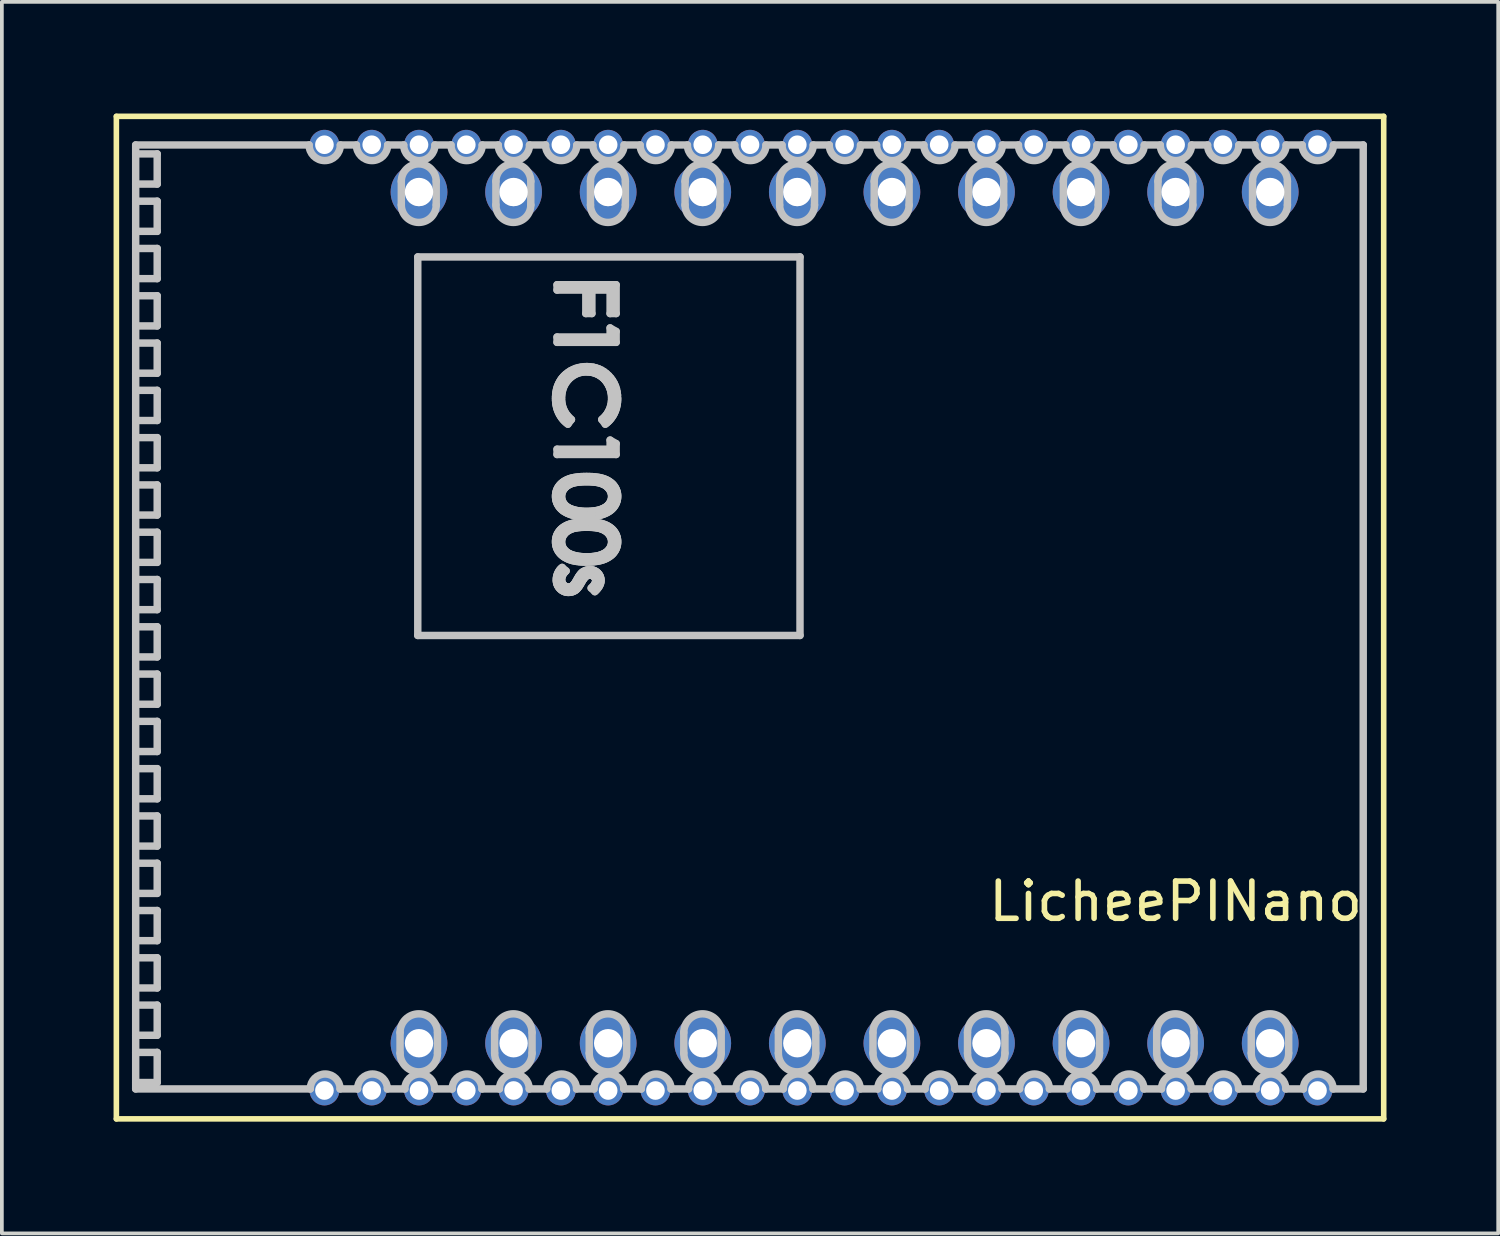
<source format=kicad_pcb>
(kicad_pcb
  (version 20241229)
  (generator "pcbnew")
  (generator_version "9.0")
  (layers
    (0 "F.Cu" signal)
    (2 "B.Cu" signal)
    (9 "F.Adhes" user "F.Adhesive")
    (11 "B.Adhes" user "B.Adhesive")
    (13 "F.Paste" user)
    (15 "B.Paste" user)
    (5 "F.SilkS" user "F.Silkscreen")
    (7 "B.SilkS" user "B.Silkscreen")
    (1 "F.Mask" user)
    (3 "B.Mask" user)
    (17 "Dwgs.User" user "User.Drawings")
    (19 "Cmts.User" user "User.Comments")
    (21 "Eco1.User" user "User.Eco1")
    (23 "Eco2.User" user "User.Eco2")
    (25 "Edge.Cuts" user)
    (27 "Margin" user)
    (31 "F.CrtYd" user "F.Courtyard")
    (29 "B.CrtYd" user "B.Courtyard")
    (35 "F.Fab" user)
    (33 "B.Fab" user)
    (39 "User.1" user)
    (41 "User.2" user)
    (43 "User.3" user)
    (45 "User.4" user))
  (footprint "LicheePINano"
    (layer "F.Cu")
    (at 8.203 24.967)
    (property "Reference" "LicheePINano" (at 20.32 -3.81 0) (layer "F.SilkS") (effects (font (size 1 1) (thickness 0.15))))
    (attr through_hole)
    (fp_line (start -8.128 -24.892) (end 25.908 -24.892) (stroke (width 0.15) (type solid)) (layer "F.SilkS"))
    (fp_line (start -8.128 2.032) (end -8.128 -24.892) (stroke (width 0.15) (type solid)) (layer "F.SilkS"))
    (fp_line (start 25.908 -24.892) (end 25.908 2.032) (stroke (width 0.15) (type solid)) (layer "F.SilkS"))
    (fp_line (start 25.908 2.032) (end -8.128 2.032) (stroke (width 0.15) (type solid)) (layer "F.SilkS"))
    (fp_line (start -7.609 -23.074) (end -7.031 -23.074) (stroke (width 0.2) (type solid)) (layer "Dwgs.User"))
    (fp_line (start -7.609 -21.804) (end -7.031 -21.804) (stroke (width 0.2) (type solid)) (layer "Dwgs.User"))
    (fp_line (start -7.609 -20.534) (end -7.031 -20.534) (stroke (width 0.2) (type solid)) (layer "Dwgs.User"))
    (fp_line (start -7.609 -19.264) (end -7.031 -19.264) (stroke (width 0.2) (type solid)) (layer "Dwgs.User"))
    (fp_line (start -7.609 -17.994) (end -7.031 -17.994) (stroke (width 0.2) (type solid)) (layer "Dwgs.User"))
    (fp_line (start -7.609 -16.724) (end -7.031 -16.724) (stroke (width 0.2) (type solid)) (layer "Dwgs.User"))
    (fp_line (start -7.609 -15.454) (end -7.031 -15.454) (stroke (width 0.2) (type solid)) (layer "Dwgs.User"))
    (fp_line (start -7.609 -14.184) (end -7.031 -14.184) (stroke (width 0.2) (type solid)) (layer "Dwgs.User"))
    (fp_line (start -7.609 -12.914) (end -7.031 -12.914) (stroke (width 0.2) (type solid)) (layer "Dwgs.User"))
    (fp_line (start -7.609 -11.644) (end -7.031 -11.644) (stroke (width 0.2) (type solid)) (layer "Dwgs.User"))
    (fp_line (start -7.609 -10.374) (end -7.031 -10.374) (stroke (width 0.2) (type solid)) (layer "Dwgs.User"))
    (fp_line (start -7.609 -9.104) (end -7.031 -9.104) (stroke (width 0.2) (type solid)) (layer "Dwgs.User"))
    (fp_line (start -7.609 -7.834) (end -7.031 -7.834) (stroke (width 0.2) (type solid)) (layer "Dwgs.User"))
    (fp_line (start -7.609 -6.564) (end -7.031 -6.564) (stroke (width 0.2) (type solid)) (layer "Dwgs.User"))
    (fp_line (start -7.609 -5.294) (end -7.031 -5.294) (stroke (width 0.2) (type solid)) (layer "Dwgs.User"))
    (fp_line (start -7.609 -4.024) (end -7.031 -4.024) (stroke (width 0.2) (type solid)) (layer "Dwgs.User"))
    (fp_line (start -7.609 -2.754) (end -7.031 -2.754) (stroke (width 0.2) (type solid)) (layer "Dwgs.User"))
    (fp_line (start -7.609 -1.484) (end -7.031 -1.484) (stroke (width 0.2) (type solid)) (layer "Dwgs.User"))
    (fp_line (start -7.609 -0.214) (end -7.031 -0.214) (stroke (width 0.2) (type solid)) (layer "Dwgs.User"))
    (fp_line (start -7.609 1.056) (end -7.031 1.056) (stroke (width 0.2) (type solid)) (layer "Dwgs.User"))
    (fp_line (start -7.609 1.228) (end -7.609 -24.124) (stroke (width 0.2) (type solid)) (layer "Dwgs.User"))
    (fp_line (start -7.609 1.228) (end -2.921 1.228) (stroke (width 0.2) (type solid)) (layer "Dwgs.User"))
    (fp_line (start -7.031 -23.884) (end -7.609 -23.884) (stroke (width 0.2) (type solid)) (layer "Dwgs.User"))
    (fp_line (start -7.031 -23.074) (end -7.031 -23.884) (stroke (width 0.2) (type solid)) (layer "Dwgs.User"))
    (fp_line (start -7.031 -22.614) (end -7.609 -22.614) (stroke (width 0.2) (type solid)) (layer "Dwgs.User"))
    (fp_line (start -7.031 -21.804) (end -7.031 -22.614) (stroke (width 0.2) (type solid)) (layer "Dwgs.User"))
    (fp_line (start -7.031 -21.344) (end -7.609 -21.344) (stroke (width 0.2) (type solid)) (layer "Dwgs.User"))
    (fp_line (start -7.031 -20.534) (end -7.031 -21.344) (stroke (width 0.2) (type solid)) (layer "Dwgs.User"))
    (fp_line (start -7.031 -20.074) (end -7.609 -20.074) (stroke (width 0.2) (type solid)) (layer "Dwgs.User"))
    (fp_line (start -7.031 -19.264) (end -7.031 -20.074) (stroke (width 0.2) (type solid)) (layer "Dwgs.User"))
    (fp_line (start -7.031 -18.804) (end -7.609 -18.804) (stroke (width 0.2) (type solid)) (layer "Dwgs.User"))
    (fp_line (start -7.031 -17.994) (end -7.031 -18.804) (stroke (width 0.2) (type solid)) (layer "Dwgs.User"))
    (fp_line (start -7.031 -17.534) (end -7.609 -17.534) (stroke (width 0.2) (type solid)) (layer "Dwgs.User"))
    (fp_line (start -7.031 -16.724) (end -7.031 -17.534) (stroke (width 0.2) (type solid)) (layer "Dwgs.User"))
    (fp_line (start -7.031 -16.264) (end -7.609 -16.264) (stroke (width 0.2) (type solid)) (layer "Dwgs.User"))
    (fp_line (start -7.031 -15.454) (end -7.031 -16.264) (stroke (width 0.2) (type solid)) (layer "Dwgs.User"))
    (fp_line (start -7.031 -14.994) (end -7.609 -14.994) (stroke (width 0.2) (type solid)) (layer "Dwgs.User"))
    (fp_line (start -7.031 -14.184) (end -7.031 -14.994) (stroke (width 0.2) (type solid)) (layer "Dwgs.User"))
    (fp_line (start -7.031 -13.724) (end -7.609 -13.724) (stroke (width 0.2) (type solid)) (layer "Dwgs.User"))
    (fp_line (start -7.031 -12.914) (end -7.031 -13.724) (stroke (width 0.2) (type solid)) (layer "Dwgs.User"))
    (fp_line (start -7.031 -12.454) (end -7.609 -12.454) (stroke (width 0.2) (type solid)) (layer "Dwgs.User"))
    (fp_line (start -7.031 -11.644) (end -7.031 -12.454) (stroke (width 0.2) (type solid)) (layer "Dwgs.User"))
    (fp_line (start -7.031 -11.184) (end -7.609 -11.184) (stroke (width 0.2) (type solid)) (layer "Dwgs.User"))
    (fp_line (start -7.031 -10.374) (end -7.031 -11.184) (stroke (width 0.2) (type solid)) (layer "Dwgs.User"))
    (fp_line (start -7.031 -9.914) (end -7.609 -9.914) (stroke (width 0.2) (type solid)) (layer "Dwgs.User"))
    (fp_line (start -7.031 -9.104) (end -7.031 -9.914) (stroke (width 0.2) (type solid)) (layer "Dwgs.User"))
    (fp_line (start -7.031 -8.644) (end -7.609 -8.644) (stroke (width 0.2) (type solid)) (layer "Dwgs.User"))
    (fp_line (start -7.031 -7.834) (end -7.031 -8.644) (stroke (width 0.2) (type solid)) (layer "Dwgs.User"))
    (fp_line (start -7.031 -7.374) (end -7.609 -7.374) (stroke (width 0.2) (type solid)) (layer "Dwgs.User"))
    (fp_line (start -7.031 -6.564) (end -7.031 -7.374) (stroke (width 0.2) (type solid)) (layer "Dwgs.User"))
    (fp_line (start -7.031 -6.104) (end -7.609 -6.104) (stroke (width 0.2) (type solid)) (layer "Dwgs.User"))
    (fp_line (start -7.031 -5.294) (end -7.031 -6.104) (stroke (width 0.2) (type solid)) (layer "Dwgs.User"))
    (fp_line (start -7.031 -4.834) (end -7.609 -4.834) (stroke (width 0.2) (type solid)) (layer "Dwgs.User"))
    (fp_line (start -7.031 -4.024) (end -7.031 -4.834) (stroke (width 0.2) (type solid)) (layer "Dwgs.User"))
    (fp_line (start -7.031 -3.564) (end -7.609 -3.564) (stroke (width 0.2) (type solid)) (layer "Dwgs.User"))
    (fp_line (start -7.031 -2.754) (end -7.031 -3.564) (stroke (width 0.2) (type solid)) (layer "Dwgs.User"))
    (fp_line (start -7.031 -2.294) (end -7.609 -2.294) (stroke (width 0.2) (type solid)) (layer "Dwgs.User"))
    (fp_line (start -7.031 -1.484) (end -7.031 -2.294) (stroke (width 0.2) (type solid)) (layer "Dwgs.User"))
    (fp_line (start -7.031 -1.024) (end -7.609 -1.024) (stroke (width 0.2) (type solid)) (layer "Dwgs.User"))
    (fp_line (start -7.031 -0.214) (end -7.031 -1.024) (stroke (width 0.2) (type solid)) (layer "Dwgs.User"))
    (fp_line (start -7.031 0.246) (end -7.609 0.246) (stroke (width 0.2) (type solid)) (layer "Dwgs.User"))
    (fp_line (start -7.031 1.056) (end -7.031 0.246) (stroke (width 0.2) (type solid)) (layer "Dwgs.User"))
    (fp_line (start -2.952 -24.124) (end -7.609 -24.124) (stroke (width 0.2) (type solid)) (layer "Dwgs.User"))
    (fp_line (start -2.119 1.228) (end -1.651 1.228) (stroke (width 0.2) (type solid)) (layer "Dwgs.User"))
    (fp_line (start -1.682 -24.124) (end -2.112 -24.124) (stroke (width 0.2) (type solid)) (layer "Dwgs.User"))
    (fp_line (start -0.849 1.228) (end -0.381 1.228) (stroke (width 0.2) (type solid)) (layer "Dwgs.User"))
    (fp_line (start -0.509 -0.287) (end -0.509 0.266) (stroke (width 0.2) (type solid)) (layer "Dwgs.User"))
    (fp_line (start -0.475 -23.147) (end -0.475 -22.512) (stroke (width 0.2) (type solid)) (layer "Dwgs.User"))
    (fp_line (start -0.412 -24.124) (end -0.842 -24.124) (stroke (width 0.2) (type solid)) (layer "Dwgs.User"))
    (fp_line (start -0.033 -21.117) (end -0.033 -10.951) (stroke (width 0.2) (type solid)) (layer "Dwgs.User"))
    (fp_line (start -0.033 -10.951) (end 10.232 -10.951) (stroke (width 0.2) (type solid)) (layer "Dwgs.User"))
    (fp_line (start 0.421 1.228) (end 0.889 1.228) (stroke (width 0.2) (type solid)) (layer "Dwgs.User"))
    (fp_line (start 0.462 -22.512) (end 0.462 -23.147) (stroke (width 0.2) (type solid)) (layer "Dwgs.User"))
    (fp_line (start 0.496 0.266) (end 0.496 -0.287) (stroke (width 0.2) (type solid)) (layer "Dwgs.User"))
    (fp_line (start 0.858 -24.124) (end 0.428 -24.124) (stroke (width 0.2) (type solid)) (layer "Dwgs.User"))
    (fp_line (start 1.691 1.228) (end 2.159 1.228) (stroke (width 0.2) (type solid)) (layer "Dwgs.User"))
    (fp_line (start 2.031 -0.287) (end 2.031 0.266) (stroke (width 0.2) (type solid)) (layer "Dwgs.User"))
    (fp_line (start 2.065 -23.147) (end 2.065 -22.512) (stroke (width 0.2) (type solid)) (layer "Dwgs.User"))
    (fp_line (start 2.128 -24.124) (end 1.698 -24.124) (stroke (width 0.2) (type solid)) (layer "Dwgs.User"))
    (fp_line (start 2.961 1.228) (end 3.429 1.228) (stroke (width 0.2) (type solid)) (layer "Dwgs.User"))
    (fp_line (start 3.002 -22.512) (end 3.002 -23.147) (stroke (width 0.2) (type solid)) (layer "Dwgs.User"))
    (fp_line (start 3.036 0.266) (end 3.036 -0.287) (stroke (width 0.2) (type solid)) (layer "Dwgs.User"))
    (fp_line (start 3.398 -24.124) (end 2.968 -24.124) (stroke (width 0.2) (type solid)) (layer "Dwgs.User"))
    (fp_line (start 3.707 -20.37) (end 5.294 -20.37) (stroke (width 0.2) (type solid)) (layer "Dwgs.User"))
    (fp_line (start 3.707 -20.227) (end 3.707 -20.37) (stroke (width 0.2) (type solid)) (layer "Dwgs.User"))
    (fp_line (start 3.707 -18.966) (end 5.132 -18.966) (stroke (width 0.2) (type solid)) (layer "Dwgs.User"))
    (fp_line (start 3.707 -18.823) (end 3.707 -18.966) (stroke (width 0.2) (type solid)) (layer "Dwgs.User"))
    (fp_line (start 3.707 -15.953) (end 5.132 -15.953) (stroke (width 0.2) (type solid)) (layer "Dwgs.User"))
    (fp_line (start 3.707 -15.811) (end 3.707 -15.953) (stroke (width 0.2) (type solid)) (layer "Dwgs.User"))
    (fp_line (start 3.844 -12.778) (end 3.951 -12.684) (stroke (width 0.2) (type solid)) (layer "Dwgs.User"))
    (fp_line (start 4.094 -16.75) (end 3.999 -16.625) (stroke (width 0.2) (type solid)) (layer "Dwgs.User"))
    (fp_line (start 4.231 1.228) (end 4.699 1.228) (stroke (width 0.2) (type solid)) (layer "Dwgs.User"))
    (fp_line (start 4.48 -20.227) (end 3.707 -20.227) (stroke (width 0.2) (type solid)) (layer "Dwgs.User"))
    (fp_line (start 4.48 -19.596) (end 4.48 -20.227) (stroke (width 0.2) (type solid)) (layer "Dwgs.User"))
    (fp_line (start 4.571 -0.287) (end 4.571 0.266) (stroke (width 0.2) (type solid)) (layer "Dwgs.User"))
    (fp_line (start 4.605 -23.147) (end 4.605 -22.512) (stroke (width 0.2) (type solid)) (layer "Dwgs.User"))
    (fp_line (start 4.643 -20.227) (end 4.643 -19.596) (stroke (width 0.2) (type solid)) (layer "Dwgs.User"))
    (fp_line (start 4.643 -19.596) (end 4.48 -19.596) (stroke (width 0.2) (type solid)) (layer "Dwgs.User"))
    (fp_line (start 4.668 -24.124) (end 4.238 -24.124) (stroke (width 0.2) (type solid)) (layer "Dwgs.User"))
    (fp_line (start 4.722 -12.127) (end 4.623 -12.224) (stroke (width 0.2) (type solid)) (layer "Dwgs.User"))
    (fp_line (start 5.003 -16.625) (end 4.908 -16.75) (stroke (width 0.2) (type solid)) (layer "Dwgs.User"))
    (fp_line (start 5.132 -20.227) (end 4.643 -20.227) (stroke (width 0.2) (type solid)) (layer "Dwgs.User"))
    (fp_line (start 5.132 -19.596) (end 5.132 -20.227) (stroke (width 0.2) (type solid)) (layer "Dwgs.User"))
    (fp_line (start 5.132 -19.21) (end 5.294 -19.117) (stroke (width 0.2) (type solid)) (layer "Dwgs.User"))
    (fp_line (start 5.132 -18.966) (end 5.132 -19.21) (stroke (width 0.2) (type solid)) (layer "Dwgs.User"))
    (fp_line (start 5.132 -16.198) (end 5.294 -16.104) (stroke (width 0.2) (type solid)) (layer "Dwgs.User"))
    (fp_line (start 5.132 -15.953) (end 5.132 -16.198) (stroke (width 0.2) (type solid)) (layer "Dwgs.User"))
    (fp_line (start 5.294 -20.37) (end 5.294 -19.596) (stroke (width 0.2) (type solid)) (layer "Dwgs.User"))
    (fp_line (start 5.294 -19.596) (end 5.132 -19.596) (stroke (width 0.2) (type solid)) (layer "Dwgs.User"))
    (fp_line (start 5.294 -19.117) (end 5.294 -18.823) (stroke (width 0.2) (type solid)) (layer "Dwgs.User"))
    (fp_line (start 5.294 -18.823) (end 3.707 -18.823) (stroke (width 0.2) (type solid)) (layer "Dwgs.User"))
    (fp_line (start 5.294 -16.104) (end 5.294 -15.811) (stroke (width 0.2) (type solid)) (layer "Dwgs.User"))
    (fp_line (start 5.294 -15.811) (end 3.707 -15.811) (stroke (width 0.2) (type solid)) (layer "Dwgs.User"))
    (fp_line (start 5.501 1.228) (end 5.969 1.228) (stroke (width 0.2) (type solid)) (layer "Dwgs.User"))
    (fp_line (start 5.542 -22.512) (end 5.542 -23.147) (stroke (width 0.2) (type solid)) (layer "Dwgs.User"))
    (fp_line (start 5.576 0.266) (end 5.576 -0.287) (stroke (width 0.2) (type solid)) (layer "Dwgs.User"))
    (fp_line (start 5.938 -24.124) (end 5.508 -24.124) (stroke (width 0.2) (type solid)) (layer "Dwgs.User"))
    (fp_line (start 6.771 1.228) (end 7.239 1.228) (stroke (width 0.2) (type solid)) (layer "Dwgs.User"))
    (fp_line (start 7.111 -0.287) (end 7.111 0.266) (stroke (width 0.2) (type solid)) (layer "Dwgs.User"))
    (fp_line (start 7.145 -23.147) (end 7.145 -22.512) (stroke (width 0.2) (type solid)) (layer "Dwgs.User"))
    (fp_line (start 7.208 -24.124) (end 6.778 -24.124) (stroke (width 0.2) (type solid)) (layer "Dwgs.User"))
    (fp_line (start 8.041 1.228) (end 8.509 1.228) (stroke (width 0.2) (type solid)) (layer "Dwgs.User"))
    (fp_line (start 8.082 -22.512) (end 8.082 -23.147) (stroke (width 0.2) (type solid)) (layer "Dwgs.User"))
    (fp_line (start 8.116 0.266) (end 8.116 -0.287) (stroke (width 0.2) (type solid)) (layer "Dwgs.User"))
    (fp_line (start 8.478 -24.124) (end 8.048 -24.124) (stroke (width 0.2) (type solid)) (layer "Dwgs.User"))
    (fp_line (start 9.311 1.228) (end 9.779 1.228) (stroke (width 0.2) (type solid)) (layer "Dwgs.User"))
    (fp_line (start 9.651 -0.287) (end 9.651 0.266) (stroke (width 0.2) (type solid)) (layer "Dwgs.User"))
    (fp_line (start 9.685 -23.147) (end 9.685 -22.512) (stroke (width 0.2) (type solid)) (layer "Dwgs.User"))
    (fp_line (start 9.748 -24.124) (end 9.318 -24.124) (stroke (width 0.2) (type solid)) (layer "Dwgs.User"))
    (fp_line (start 10.232 -21.117) (end -0.033 -21.117) (stroke (width 0.2) (type solid)) (layer "Dwgs.User"))
    (fp_line (start 10.232 -10.951) (end 10.232 -21.117) (stroke (width 0.2) (type solid)) (layer "Dwgs.User"))
    (fp_line (start 10.581 1.228) (end 11.049 1.228) (stroke (width 0.2) (type solid)) (layer "Dwgs.User"))
    (fp_line (start 10.622 -22.512) (end 10.622 -23.147) (stroke (width 0.2) (type solid)) (layer "Dwgs.User"))
    (fp_line (start 10.656 0.266) (end 10.656 -0.287) (stroke (width 0.2) (type solid)) (layer "Dwgs.User"))
    (fp_line (start 11.018 -24.124) (end 10.588 -24.124) (stroke (width 0.2) (type solid)) (layer "Dwgs.User"))
    (fp_line (start 11.851 1.228) (end 12.319 1.228) (stroke (width 0.2) (type solid)) (layer "Dwgs.User"))
    (fp_line (start 12.191 -0.287) (end 12.191 0.266) (stroke (width 0.2) (type solid)) (layer "Dwgs.User"))
    (fp_line (start 12.225 -23.147) (end 12.225 -22.512) (stroke (width 0.2) (type solid)) (layer "Dwgs.User"))
    (fp_line (start 12.288 -24.124) (end 11.858 -24.124) (stroke (width 0.2) (type solid)) (layer "Dwgs.User"))
    (fp_line (start 13.121 1.228) (end 13.589 1.228) (stroke (width 0.2) (type solid)) (layer "Dwgs.User"))
    (fp_line (start 13.162 -22.512) (end 13.162 -23.147) (stroke (width 0.2) (type solid)) (layer "Dwgs.User"))
    (fp_line (start 13.196 0.266) (end 13.196 -0.287) (stroke (width 0.2) (type solid)) (layer "Dwgs.User"))
    (fp_line (start 13.558 -24.124) (end 13.128 -24.124) (stroke (width 0.2) (type solid)) (layer "Dwgs.User"))
    (fp_line (start 14.391 1.228) (end 14.859 1.228) (stroke (width 0.2) (type solid)) (layer "Dwgs.User"))
    (fp_line (start 14.731 -0.287) (end 14.731 0.266) (stroke (width 0.2) (type solid)) (layer "Dwgs.User"))
    (fp_line (start 14.765 -23.147) (end 14.765 -22.512) (stroke (width 0.2) (type solid)) (layer "Dwgs.User"))
    (fp_line (start 14.828 -24.124) (end 14.398 -24.124) (stroke (width 0.2) (type solid)) (layer "Dwgs.User"))
    (fp_line (start 15.661 1.228) (end 16.129 1.228) (stroke (width 0.2) (type solid)) (layer "Dwgs.User"))
    (fp_line (start 15.702 -22.512) (end 15.702 -23.147) (stroke (width 0.2) (type solid)) (layer "Dwgs.User"))
    (fp_line (start 15.736 0.266) (end 15.736 -0.287) (stroke (width 0.2) (type solid)) (layer "Dwgs.User"))
    (fp_line (start 16.098 -24.124) (end 15.668 -24.124) (stroke (width 0.2) (type solid)) (layer "Dwgs.User"))
    (fp_line (start 16.931 1.228) (end 17.399 1.228) (stroke (width 0.2) (type solid)) (layer "Dwgs.User"))
    (fp_line (start 17.271 -0.287) (end 17.271 0.266) (stroke (width 0.2) (type solid)) (layer "Dwgs.User"))
    (fp_line (start 17.305 -23.147) (end 17.305 -22.512) (stroke (width 0.2) (type solid)) (layer "Dwgs.User"))
    (fp_line (start 17.368 -24.124) (end 16.938 -24.124) (stroke (width 0.2) (type solid)) (layer "Dwgs.User"))
    (fp_line (start 18.201 1.228) (end 18.669 1.228) (stroke (width 0.2) (type solid)) (layer "Dwgs.User"))
    (fp_line (start 18.242 -22.512) (end 18.242 -23.147) (stroke (width 0.2) (type solid)) (layer "Dwgs.User"))
    (fp_line (start 18.276 0.266) (end 18.276 -0.287) (stroke (width 0.2) (type solid)) (layer "Dwgs.User"))
    (fp_line (start 18.638 -24.124) (end 18.208 -24.124) (stroke (width 0.2) (type solid)) (layer "Dwgs.User"))
    (fp_line (start 19.471 1.228) (end 19.939 1.228) (stroke (width 0.2) (type solid)) (layer "Dwgs.User"))
    (fp_line (start 19.811 -0.287) (end 19.811 0.266) (stroke (width 0.2) (type solid)) (layer "Dwgs.User"))
    (fp_line (start 19.845 -23.147) (end 19.845 -22.512) (stroke (width 0.2) (type solid)) (layer "Dwgs.User"))
    (fp_line (start 19.908 -24.124) (end 19.478 -24.124) (stroke (width 0.2) (type solid)) (layer "Dwgs.User"))
    (fp_line (start 20.741 1.228) (end 21.209 1.228) (stroke (width 0.2) (type solid)) (layer "Dwgs.User"))
    (fp_line (start 20.782 -22.512) (end 20.782 -23.147) (stroke (width 0.2) (type solid)) (layer "Dwgs.User"))
    (fp_line (start 20.816 0.266) (end 20.816 -0.287) (stroke (width 0.2) (type solid)) (layer "Dwgs.User"))
    (fp_line (start 21.178 -24.124) (end 20.748 -24.124) (stroke (width 0.2) (type solid)) (layer "Dwgs.User"))
    (fp_line (start 22.011 1.228) (end 22.479 1.228) (stroke (width 0.2) (type solid)) (layer "Dwgs.User"))
    (fp_line (start 22.351 -0.287) (end 22.351 0.266) (stroke (width 0.2) (type solid)) (layer "Dwgs.User"))
    (fp_line (start 22.385 -23.147) (end 22.385 -22.512) (stroke (width 0.2) (type solid)) (layer "Dwgs.User"))
    (fp_line (start 22.448 -24.124) (end 22.018 -24.124) (stroke (width 0.2) (type solid)) (layer "Dwgs.User"))
    (fp_line (start 23.281 1.228) (end 23.749 1.228) (stroke (width 0.2) (type solid)) (layer "Dwgs.User"))
    (fp_line (start 23.322 -22.512) (end 23.322 -23.147) (stroke (width 0.2) (type solid)) (layer "Dwgs.User"))
    (fp_line (start 23.356 0.266) (end 23.356 -0.287) (stroke (width 0.2) (type solid)) (layer "Dwgs.User"))
    (fp_line (start 23.718 -24.124) (end 23.288 -24.124) (stroke (width 0.2) (type solid)) (layer "Dwgs.User"))
    (fp_line (start 24.551 1.228) (end 25.358 1.228) (stroke (width 0.2) (type solid)) (layer "Dwgs.User"))
    (fp_line (start 25.358 -24.124) (end 24.558 -24.124) (stroke (width 0.2) (type solid)) (layer "Dwgs.User"))
    (fp_line (start 25.358 1.228) (end 25.358 -24.124) (stroke (width 0.2) (type solid)) (layer "Dwgs.User"))
    (fp_arc (start -2.921359 1.228005) (mid -2.520084 0.82673) (end -2.118809 1.228005) (stroke (width 0.2) (type solid)) (layer "Dwgs.User"))
    (fp_arc (start -2.112403 -24.123555) (mid -2.531988 -23.70397) (end -2.951573 -24.123555) (stroke (width 0.2) (type solid)) (layer "Dwgs.User"))
    (fp_arc (start -1.651359 1.228005) (mid -1.250084 0.82673) (end -0.848809 1.228005) (stroke (width 0.2) (type solid)) (layer "Dwgs.User"))
    (fp_arc (start -0.842403 -24.123555) (mid -1.261988 -23.70397) (end -1.681573 -24.123555) (stroke (width 0.2) (type solid)) (layer "Dwgs.User"))
    (fp_arc (start -0.5089 -0.287215) (mid -0.006414 -0.789701) (end 0.496072 -0.287215) (stroke (width 0.2) (type solid)) (layer "Dwgs.User"))
    (fp_arc (start -0.475095 -23.14656) (mid -0.006414 -23.615241) (end 0.462267 -23.14656) (stroke (width 0.2) (type solid)) (layer "Dwgs.User"))
    (fp_arc (start -0.381359 1.228005) (mid 0.019916 0.82673) (end 0.421191 1.228005) (stroke (width 0.2) (type solid)) (layer "Dwgs.User"))
    (fp_arc (start 0.427597 -24.123555) (mid 0.008012 -23.70397) (end -0.411573 -24.123555) (stroke (width 0.2) (type solid)) (layer "Dwgs.User"))
    (fp_arc (start 0.462266 -22.512126) (mid -0.006414 -22.043446) (end -0.475094 -22.512126) (stroke (width 0.2) (type solid)) (layer "Dwgs.User"))
    (fp_arc (start 0.496072 0.266322) (mid -0.006414 0.768808) (end -0.5089 0.266322) (stroke (width 0.2) (type solid)) (layer "Dwgs.User"))
    (fp_arc (start 0.888641 1.228005) (mid 1.289916 0.82673) (end 1.691191 1.228005) (stroke (width 0.2) (type solid)) (layer "Dwgs.User"))
    (fp_arc (start 1.697597 -24.123555) (mid 1.278012 -23.70397) (end 0.858427 -24.123555) (stroke (width 0.2) (type solid)) (layer "Dwgs.User"))
    (fp_arc (start 2.0311 -0.287215) (mid 2.533586 -0.789701) (end 3.036072 -0.287215) (stroke (width 0.2) (type solid)) (layer "Dwgs.User"))
    (fp_arc (start 2.064905 -23.14656) (mid 2.533586 -23.615241) (end 3.002267 -23.14656) (stroke (width 0.2) (type solid)) (layer "Dwgs.User"))
    (fp_arc (start 2.158641 1.228005) (mid 2.559916 0.82673) (end 2.961191 1.228005) (stroke (width 0.2) (type solid)) (layer "Dwgs.User"))
    (fp_arc (start 2.967597 -24.123555) (mid 2.548012 -23.70397) (end 2.128427 -24.123555) (stroke (width 0.2) (type solid)) (layer "Dwgs.User"))
    (fp_arc (start 3.002266 -22.512126) (mid 2.533586 -22.043446) (end 2.064906 -22.512126) (stroke (width 0.2) (type solid)) (layer "Dwgs.User"))
    (fp_arc (start 3.036072 0.266322) (mid 2.533586 0.768808) (end 2.0311 0.266322) (stroke (width 0.2) (type solid)) (layer "Dwgs.User"))
    (fp_arc (start 3.428641 1.228005) (mid 3.829916 0.82673) (end 4.231191 1.228005) (stroke (width 0.2) (type solid)) (layer "Dwgs.User"))
    (fp_arc (start 4.237597 -24.123555) (mid 3.818012 -23.70397) (end 3.398427 -24.123555) (stroke (width 0.2) (type solid)) (layer "Dwgs.User"))
    (fp_arc (start 4.5711 -0.287215) (mid 5.073586 -0.789701) (end 5.576072 -0.287215) (stroke (width 0.2) (type solid)) (layer "Dwgs.User"))
    (fp_arc (start 4.604905 -23.14656) (mid 5.073586 -23.615241) (end 5.542267 -23.14656) (stroke (width 0.2) (type solid)) (layer "Dwgs.User"))
    (fp_arc (start 4.698641 1.228005) (mid 5.099916 0.82673) (end 5.501191 1.228005) (stroke (width 0.2) (type solid)) (layer "Dwgs.User"))
    (fp_arc (start 5.507597 -24.123555) (mid 5.088012 -23.70397) (end 4.668427 -24.123555) (stroke (width 0.2) (type solid)) (layer "Dwgs.User"))
    (fp_arc (start 5.542266 -22.512126) (mid 5.073586 -22.043446) (end 4.604906 -22.512126) (stroke (width 0.2) (type solid)) (layer "Dwgs.User"))
    (fp_arc (start 5.576072 0.266322) (mid 5.073586 0.768808) (end 4.5711 0.266322) (stroke (width 0.2) (type solid)) (layer "Dwgs.User"))
    (fp_arc (start 5.968641 1.228005) (mid 6.369916 0.82673) (end 6.771191 1.228005) (stroke (width 0.2) (type solid)) (layer "Dwgs.User"))
    (fp_arc (start 6.777597 -24.123555) (mid 6.358012 -23.70397) (end 5.938427 -24.123555) (stroke (width 0.2) (type solid)) (layer "Dwgs.User"))
    (fp_arc (start 7.1111 -0.287215) (mid 7.613586 -0.789701) (end 8.116072 -0.287215) (stroke (width 0.2) (type solid)) (layer "Dwgs.User"))
    (fp_arc (start 7.144905 -23.14656) (mid 7.613586 -23.615241) (end 8.082267 -23.14656) (stroke (width 0.2) (type solid)) (layer "Dwgs.User"))
    (fp_arc (start 7.238641 1.228005) (mid 7.639916 0.82673) (end 8.041191 1.228005) (stroke (width 0.2) (type solid)) (layer "Dwgs.User"))
    (fp_arc (start 8.047597 -24.123555) (mid 7.628012 -23.70397) (end 7.208427 -24.123555) (stroke (width 0.2) (type solid)) (layer "Dwgs.User"))
    (fp_arc (start 8.082266 -22.512126) (mid 7.613586 -22.043446) (end 7.144906 -22.512126) (stroke (width 0.2) (type solid)) (layer "Dwgs.User"))
    (fp_arc (start 8.116072 0.266322) (mid 7.613586 0.768808) (end 7.1111 0.266322) (stroke (width 0.2) (type solid)) (layer "Dwgs.User"))
    (fp_arc (start 8.508641 1.228005) (mid 8.909916 0.82673) (end 9.311191 1.228005) (stroke (width 0.2) (type solid)) (layer "Dwgs.User"))
    (fp_arc (start 9.317597 -24.123555) (mid 8.898012 -23.70397) (end 8.478427 -24.123555) (stroke (width 0.2) (type solid)) (layer "Dwgs.User"))
    (fp_arc (start 9.6511 -0.287215) (mid 10.153586 -0.789701) (end 10.656072 -0.287215) (stroke (width 0.2) (type solid)) (layer "Dwgs.User"))
    (fp_arc (start 9.684905 -23.14656) (mid 10.153586 -23.615241) (end 10.622267 -23.14656) (stroke (width 0.2) (type solid)) (layer "Dwgs.User"))
    (fp_arc (start 9.778641 1.228005) (mid 10.179916 0.82673) (end 10.581191 1.228005) (stroke (width 0.2) (type solid)) (layer "Dwgs.User"))
    (fp_arc (start 10.587597 -24.123555) (mid 10.168012 -23.70397) (end 9.748427 -24.123555) (stroke (width 0.2) (type solid)) (layer "Dwgs.User"))
    (fp_arc (start 10.622266 -22.512126) (mid 10.153586 -22.043446) (end 9.684906 -22.512126) (stroke (width 0.2) (type solid)) (layer "Dwgs.User"))
    (fp_arc (start 10.656072 0.266322) (mid 10.153586 0.768808) (end 9.6511 0.266322) (stroke (width 0.2) (type solid)) (layer "Dwgs.User"))
    (fp_arc (start 11.048641 1.228005) (mid 11.449916 0.82673) (end 11.851191 1.228005) (stroke (width 0.2) (type solid)) (layer "Dwgs.User"))
    (fp_arc (start 11.857597 -24.123555) (mid 11.438012 -23.70397) (end 11.018427 -24.123555) (stroke (width 0.2) (type solid)) (layer "Dwgs.User"))
    (fp_arc (start 12.1911 -0.287215) (mid 12.693586 -0.789701) (end 13.196072 -0.287215) (stroke (width 0.2) (type solid)) (layer "Dwgs.User"))
    (fp_arc (start 12.224905 -23.14656) (mid 12.693586 -23.615241) (end 13.162267 -23.14656) (stroke (width 0.2) (type solid)) (layer "Dwgs.User"))
    (fp_arc (start 12.318641 1.228005) (mid 12.719916 0.82673) (end 13.121191 1.228005) (stroke (width 0.2) (type solid)) (layer "Dwgs.User"))
    (fp_arc (start 13.127597 -24.123555) (mid 12.708012 -23.70397) (end 12.288427 -24.123555) (stroke (width 0.2) (type solid)) (layer "Dwgs.User"))
    (fp_arc (start 13.162266 -22.512126) (mid 12.693586 -22.043446) (end 12.224906 -22.512126) (stroke (width 0.2) (type solid)) (layer "Dwgs.User"))
    (fp_arc (start 13.196072 0.266322) (mid 12.693586 0.768808) (end 12.1911 0.266322) (stroke (width 0.2) (type solid)) (layer "Dwgs.User"))
    (fp_arc (start 13.588641 1.228005) (mid 13.989916 0.82673) (end 14.391191 1.228005) (stroke (width 0.2) (type solid)) (layer "Dwgs.User"))
    (fp_arc (start 14.397597 -24.123555) (mid 13.978012 -23.70397) (end 13.558427 -24.123555) (stroke (width 0.2) (type solid)) (layer "Dwgs.User"))
    (fp_arc (start 14.7311 -0.287215) (mid 15.233586 -0.789701) (end 15.736072 -0.287215) (stroke (width 0.2) (type solid)) (layer "Dwgs.User"))
    (fp_arc (start 14.764905 -23.14656) (mid 15.233586 -23.615241) (end 15.702267 -23.14656) (stroke (width 0.2) (type solid)) (layer "Dwgs.User"))
    (fp_arc (start 14.858641 1.228005) (mid 15.259916 0.82673) (end 15.661191 1.228005) (stroke (width 0.2) (type solid)) (layer "Dwgs.User"))
    (fp_arc (start 15.667597 -24.123555) (mid 15.248012 -23.70397) (end 14.828427 -24.123555) (stroke (width 0.2) (type solid)) (layer "Dwgs.User"))
    (fp_arc (start 15.702266 -22.512126) (mid 15.233586 -22.043446) (end 14.764906 -22.512126) (stroke (width 0.2) (type solid)) (layer "Dwgs.User"))
    (fp_arc (start 15.736072 0.266322) (mid 15.233586 0.768808) (end 14.7311 0.266322) (stroke (width 0.2) (type solid)) (layer "Dwgs.User"))
    (fp_arc (start 16.128641 1.228005) (mid 16.529916 0.82673) (end 16.931191 1.228005) (stroke (width 0.2) (type solid)) (layer "Dwgs.User"))
    (fp_arc (start 16.937597 -24.123555) (mid 16.518012 -23.70397) (end 16.098427 -24.123555) (stroke (width 0.2) (type solid)) (layer "Dwgs.User"))
    (fp_arc (start 17.2711 -0.287215) (mid 17.773586 -0.789701) (end 18.276072 -0.287215) (stroke (width 0.2) (type solid)) (layer "Dwgs.User"))
    (fp_arc (start 17.304905 -23.14656) (mid 17.773586 -23.615241) (end 18.242267 -23.14656) (stroke (width 0.2) (type solid)) (layer "Dwgs.User"))
    (fp_arc (start 17.398641 1.228005) (mid 17.799916 0.82673) (end 18.201191 1.228005) (stroke (width 0.2) (type solid)) (layer "Dwgs.User"))
    (fp_arc (start 18.207597 -24.123555) (mid 17.788012 -23.70397) (end 17.368427 -24.123555) (stroke (width 0.2) (type solid)) (layer "Dwgs.User"))
    (fp_arc (start 18.242266 -22.512126) (mid 17.773586 -22.043446) (end 17.304906 -22.512126) (stroke (width 0.2) (type solid)) (layer "Dwgs.User"))
    (fp_arc (start 18.276072 0.266322) (mid 17.773586 0.768808) (end 17.2711 0.266322) (stroke (width 0.2) (type solid)) (layer "Dwgs.User"))
    (fp_arc (start 18.668641 1.228005) (mid 19.069916 0.82673) (end 19.471191 1.228005) (stroke (width 0.2) (type solid)) (layer "Dwgs.User"))
    (fp_arc (start 19.477597 -24.123555) (mid 19.058012 -23.70397) (end 18.638427 -24.123555) (stroke (width 0.2) (type solid)) (layer "Dwgs.User"))
    (fp_arc (start 19.8111 -0.287215) (mid 20.313586 -0.789701) (end 20.816072 -0.287215) (stroke (width 0.2) (type solid)) (layer "Dwgs.User"))
    (fp_arc (start 19.844905 -23.14656) (mid 20.313586 -23.615241) (end 20.782267 -23.14656) (stroke (width 0.2) (type solid)) (layer "Dwgs.User"))
    (fp_arc (start 19.938641 1.228005) (mid 20.339916 0.82673) (end 20.741191 1.228005) (stroke (width 0.2) (type solid)) (layer "Dwgs.User"))
    (fp_arc (start 20.747597 -24.123555) (mid 20.328012 -23.70397) (end 19.908427 -24.123555) (stroke (width 0.2) (type solid)) (layer "Dwgs.User"))
    (fp_arc (start 20.782266 -22.512126) (mid 20.313586 -22.043446) (end 19.844906 -22.512126) (stroke (width 0.2) (type solid)) (layer "Dwgs.User"))
    (fp_arc (start 20.816072 0.266322) (mid 20.313586 0.768808) (end 19.8111 0.266322) (stroke (width 0.2) (type solid)) (layer "Dwgs.User"))
    (fp_arc (start 21.208641 1.228005) (mid 21.609916 0.82673) (end 22.011191 1.228005) (stroke (width 0.2) (type solid)) (layer "Dwgs.User"))
    (fp_arc (start 22.017597 -24.123555) (mid 21.598012 -23.70397) (end 21.178427 -24.123555) (stroke (width 0.2) (type solid)) (layer "Dwgs.User"))
    (fp_arc (start 22.3511 -0.287215) (mid 22.853586 -0.789701) (end 23.356072 -0.287215) (stroke (width 0.2) (type solid)) (layer "Dwgs.User"))
    (fp_arc (start 22.384905 -23.14656) (mid 22.853586 -23.615241) (end 23.322267 -23.14656) (stroke (width 0.2) (type solid)) (layer "Dwgs.User"))
    (fp_arc (start 22.478641 1.228005) (mid 22.879916 0.82673) (end 23.281191 1.228005) (stroke (width 0.2) (type solid)) (layer "Dwgs.User"))
    (fp_arc (start 23.287597 -24.123555) (mid 22.868012 -23.70397) (end 22.448427 -24.123555) (stroke (width 0.2) (type solid)) (layer "Dwgs.User"))
    (fp_arc (start 23.322266 -22.512126) (mid 22.853586 -22.043446) (end 22.384906 -22.512126) (stroke (width 0.2) (type solid)) (layer "Dwgs.User"))
    (fp_arc (start 23.356072 0.266322) (mid 22.853586 0.768808) (end 22.3511 0.266322) (stroke (width 0.2) (type solid)) (layer "Dwgs.User"))
    (fp_arc (start 23.748641 1.228005) (mid 24.149916 0.82673) (end 24.551191 1.228005) (stroke (width 0.2) (type solid)) (layer "Dwgs.User"))
    (fp_arc (start 24.557597 -24.123555) (mid 24.138012 -23.70397) (end 23.718427 -24.123555) (stroke (width 0.2) (type solid)) (layer "Dwgs.User"))
    (fp_circle (center -0.006 -22.829) (end 0.244 -22.829) (stroke (width 0.2) (type solid)) (fill no) (layer "Dwgs.User"))
    (fp_circle (center -0.006 -0.01) (end 0.244 -0.01) (stroke (width 0.2) (type solid)) (fill no) (layer "Dwgs.User"))
    (fp_circle (center 2.534 -22.829) (end 2.784 -22.829) (stroke (width 0.2) (type solid)) (fill no) (layer "Dwgs.User"))
    (fp_circle (center 2.534 -0.01) (end 2.784 -0.01) (stroke (width 0.2) (type solid)) (fill no) (layer "Dwgs.User"))
    (fp_circle (center 5.074 -22.829) (end 5.324 -22.829) (stroke (width 0.2) (type solid)) (fill no) (layer "Dwgs.User"))
    (fp_circle (center 5.074 -0.01) (end 5.324 -0.01) (stroke (width 0.2) (type solid)) (fill no) (layer "Dwgs.User"))
    (fp_circle (center 7.614 -22.829) (end 7.864 -22.829) (stroke (width 0.2) (type solid)) (fill no) (layer "Dwgs.User"))
    (fp_circle (center 7.614 -0.01) (end 7.864 -0.01) (stroke (width 0.2) (type solid)) (fill no) (layer "Dwgs.User"))
    (fp_circle (center 10.154 -22.829) (end 10.404 -22.829) (stroke (width 0.2) (type solid)) (fill no) (layer "Dwgs.User"))
    (fp_circle (center 10.154 -0.01) (end 10.404 -0.01) (stroke (width 0.2) (type solid)) (fill no) (layer "Dwgs.User"))
    (fp_circle (center 12.694 -22.829) (end 12.944 -22.829) (stroke (width 0.2) (type solid)) (fill no) (layer "Dwgs.User"))
    (fp_circle (center 12.694 -0.01) (end 12.944 -0.01) (stroke (width 0.2) (type solid)) (fill no) (layer "Dwgs.User"))
    (fp_circle (center 15.234 -22.829) (end 15.484 -22.829) (stroke (width 0.2) (type solid)) (fill no) (layer "Dwgs.User"))
    (fp_circle (center 15.234 -0.01) (end 15.484 -0.01) (stroke (width 0.2) (type solid)) (fill no) (layer "Dwgs.User"))
    (fp_circle (center 17.774 -22.829) (end 18.024 -22.829) (stroke (width 0.2) (type solid)) (fill no) (layer "Dwgs.User"))
    (fp_circle (center 17.774 -0.01) (end 18.024 -0.01) (stroke (width 0.2) (type solid)) (fill no) (layer "Dwgs.User"))
    (fp_circle (center 20.314 -22.829) (end 20.564 -22.829) (stroke (width 0.2) (type solid)) (fill no) (layer "Dwgs.User"))
    (fp_circle (center 20.314 -0.01) (end 20.564 -0.01) (stroke (width 0.2) (type solid)) (fill no) (layer "Dwgs.User"))
    (fp_circle (center 22.854 -22.829) (end 23.104 -22.829) (stroke (width 0.2) (type solid)) (fill no) (layer "Dwgs.User"))
    (fp_circle (center 22.854 -0.01) (end 23.104 -0.01) (stroke (width 0.2) (type solid)) (fill no) (layer "Dwgs.User"))
    (fp_curve (pts (xy 3.666 -17.316) (xy 3.666 -17.333) (xy 3.666 -17.35) (xy 3.667 -17.367)) (stroke (width 0.2) (type solid)) (layer "Dwgs.User"))
    (fp_curve (pts (xy 3.666 -14.69) (xy 3.666 -14.702) (xy 3.667 -14.715) (xy 3.667 -14.727)) (stroke (width 0.2) (type solid)) (layer "Dwgs.User"))
    (fp_curve (pts (xy 3.666 -13.469) (xy 3.666 -13.481) (xy 3.667 -13.494) (xy 3.667 -13.506)) (stroke (width 0.2) (type solid)) (layer "Dwgs.User"))
    (fp_curve (pts (xy 3.667 -17.367) (xy 3.668 -17.384) (xy 3.669 -17.4) (xy 3.671 -17.417)) (stroke (width 0.2) (type solid)) (layer "Dwgs.User"))
    (fp_curve (pts (xy 3.667 -17.262) (xy 3.667 -17.28) (xy 3.666 -17.298) (xy 3.666 -17.316)) (stroke (width 0.2) (type solid)) (layer "Dwgs.User"))
    (fp_curve (pts (xy 3.667 -14.727) (xy 3.668 -14.74) (xy 3.67 -14.752) (xy 3.672 -14.764)) (stroke (width 0.2) (type solid)) (layer "Dwgs.User"))
    (fp_curve (pts (xy 3.667 -14.652) (xy 3.667 -14.665) (xy 3.666 -14.677) (xy 3.666 -14.69)) (stroke (width 0.2) (type solid)) (layer "Dwgs.User"))
    (fp_curve (pts (xy 3.667 -13.506) (xy 3.668 -13.518) (xy 3.67 -13.531) (xy 3.672 -13.543)) (stroke (width 0.2) (type solid)) (layer "Dwgs.User"))
    (fp_curve (pts (xy 3.667 -13.431) (xy 3.667 -13.444) (xy 3.666 -13.456) (xy 3.666 -13.469)) (stroke (width 0.2) (type solid)) (layer "Dwgs.User"))
    (fp_curve (pts (xy 3.671 -17.417) (xy 3.672 -17.433) (xy 3.674 -17.449) (xy 3.676 -17.465)) (stroke (width 0.2) (type solid)) (layer "Dwgs.User"))
    (fp_curve (pts (xy 3.672 -17.209) (xy 3.67 -17.227) (xy 3.668 -17.244) (xy 3.667 -17.262)) (stroke (width 0.2) (type solid)) (layer "Dwgs.User"))
    (fp_curve (pts (xy 3.672 -14.764) (xy 3.673 -14.776) (xy 3.676 -14.788) (xy 3.679 -14.799)) (stroke (width 0.2) (type solid)) (layer "Dwgs.User"))
    (fp_curve (pts (xy 3.672 -13.543) (xy 3.673 -13.555) (xy 3.676 -13.566) (xy 3.679 -13.578)) (stroke (width 0.2) (type solid)) (layer "Dwgs.User"))
    (fp_curve (pts (xy 3.672 -14.615) (xy 3.67 -14.627) (xy 3.668 -14.64) (xy 3.667 -14.652)) (stroke (width 0.2) (type solid)) (layer "Dwgs.User"))
    (fp_curve (pts (xy 3.672 -13.394) (xy 3.67 -13.406) (xy 3.668 -13.418) (xy 3.667 -13.431)) (stroke (width 0.2) (type solid)) (layer "Dwgs.User"))
    (fp_curve (pts (xy 3.676 -17.465) (xy 3.678 -17.481) (xy 3.681 -17.497) (xy 3.684 -17.512)) (stroke (width 0.2) (type solid)) (layer "Dwgs.User"))
    (fp_curve (pts (xy 3.678 -17.158) (xy 3.676 -17.175) (xy 3.673 -17.192) (xy 3.672 -17.209)) (stroke (width 0.2) (type solid)) (layer "Dwgs.User"))
    (fp_curve (pts (xy 3.679 -14.799) (xy 3.681 -14.811) (xy 3.685 -14.822) (xy 3.688 -14.834)) (stroke (width 0.2) (type solid)) (layer "Dwgs.User"))
    (fp_curve (pts (xy 3.679 -13.578) (xy 3.681 -13.59) (xy 3.685 -13.601) (xy 3.688 -13.613)) (stroke (width 0.2) (type solid)) (layer "Dwgs.User"))
    (fp_curve (pts (xy 3.679 -14.579) (xy 3.676 -14.591) (xy 3.674 -14.603) (xy 3.672 -14.615)) (stroke (width 0.2) (type solid)) (layer "Dwgs.User"))
    (fp_curve (pts (xy 3.679 -13.357) (xy 3.676 -13.369) (xy 3.674 -13.382) (xy 3.672 -13.394)) (stroke (width 0.2) (type solid)) (layer "Dwgs.User"))
    (fp_curve (pts (xy 3.684 -17.512) (xy 3.686 -17.528) (xy 3.69 -17.543) (xy 3.693 -17.558)) (stroke (width 0.2) (type solid)) (layer "Dwgs.User"))
    (fp_curve (pts (xy 3.687 -12.447) (xy 3.687 -12.463) (xy 3.687 -12.479) (xy 3.689 -12.495)) (stroke (width 0.2) (type solid)) (layer "Dwgs.User"))
    (fp_curve (pts (xy 3.688 -17.108) (xy 3.684 -17.124) (xy 3.681 -17.141) (xy 3.678 -17.158)) (stroke (width 0.2) (type solid)) (layer "Dwgs.User"))
    (fp_curve (pts (xy 3.688 -14.834) (xy 3.692 -14.845) (xy 3.696 -14.856) (xy 3.7 -14.867)) (stroke (width 0.2) (type solid)) (layer "Dwgs.User"))
    (fp_curve (pts (xy 3.688 -13.613) (xy 3.692 -13.624) (xy 3.696 -13.635) (xy 3.7 -13.646)) (stroke (width 0.2) (type solid)) (layer "Dwgs.User"))
    (fp_curve (pts (xy 3.688 -12.411) (xy 3.687 -12.423) (xy 3.687 -12.435) (xy 3.687 -12.447)) (stroke (width 0.2) (type solid)) (layer "Dwgs.User"))
    (fp_curve (pts (xy 3.689 -14.543) (xy 3.685 -14.555) (xy 3.682 -14.567) (xy 3.679 -14.579)) (stroke (width 0.2) (type solid)) (layer "Dwgs.User"))
    (fp_curve (pts (xy 3.689 -13.322) (xy 3.685 -13.334) (xy 3.682 -13.346) (xy 3.679 -13.357)) (stroke (width 0.2) (type solid)) (layer "Dwgs.User"))
    (fp_curve (pts (xy 3.689 -12.495) (xy 3.691 -12.51) (xy 3.693 -12.526) (xy 3.697 -12.541)) (stroke (width 0.2) (type solid)) (layer "Dwgs.User"))
    (fp_curve (pts (xy 3.693 -12.377) (xy 3.691 -12.388) (xy 3.689 -12.4) (xy 3.688 -12.411)) (stroke (width 0.2) (type solid)) (layer "Dwgs.User"))
    (fp_curve (pts (xy 3.693 -17.558) (xy 3.697 -17.573) (xy 3.701 -17.588) (xy 3.705 -17.602)) (stroke (width 0.2) (type solid)) (layer "Dwgs.User"))
    (fp_curve (pts (xy 3.697 -12.541) (xy 3.701 -12.557) (xy 3.705 -12.572) (xy 3.71 -12.587)) (stroke (width 0.2) (type solid)) (layer "Dwgs.User"))
    (fp_curve (pts (xy 3.7 -17.059) (xy 3.696 -17.075) (xy 3.691 -17.091) (xy 3.688 -17.108)) (stroke (width 0.2) (type solid)) (layer "Dwgs.User"))
    (fp_curve (pts (xy 3.7 -14.867) (xy 3.705 -14.879) (xy 3.71 -14.889) (xy 3.715 -14.9)) (stroke (width 0.2) (type solid)) (layer "Dwgs.User"))
    (fp_curve (pts (xy 3.7 -13.646) (xy 3.705 -13.657) (xy 3.71 -13.668) (xy 3.715 -13.679)) (stroke (width 0.2) (type solid)) (layer "Dwgs.User"))
    (fp_curve (pts (xy 3.7 -12.344) (xy 3.697 -12.355) (xy 3.695 -12.366) (xy 3.693 -12.377)) (stroke (width 0.2) (type solid)) (layer "Dwgs.User"))
    (fp_curve (pts (xy 3.701 -14.509) (xy 3.697 -14.52) (xy 3.693 -14.532) (xy 3.689 -14.543)) (stroke (width 0.2) (type solid)) (layer "Dwgs.User"))
    (fp_curve (pts (xy 3.701 -13.288) (xy 3.697 -13.299) (xy 3.693 -13.311) (xy 3.689 -13.322)) (stroke (width 0.2) (type solid)) (layer "Dwgs.User"))
    (fp_curve (pts (xy 3.705 -17.602) (xy 3.71 -17.617) (xy 3.714 -17.631) (xy 3.719 -17.645)) (stroke (width 0.2) (type solid)) (layer "Dwgs.User"))
    (fp_curve (pts (xy 3.71 -12.587) (xy 3.715 -12.603) (xy 3.721 -12.617) (xy 3.728 -12.632)) (stroke (width 0.2) (type solid)) (layer "Dwgs.User"))
    (fp_curve (pts (xy 3.711 -12.313) (xy 3.707 -12.323) (xy 3.703 -12.334) (xy 3.7 -12.344)) (stroke (width 0.2) (type solid)) (layer "Dwgs.User"))
    (fp_curve (pts (xy 3.715 -17.011) (xy 3.71 -17.027) (xy 3.705 -17.043) (xy 3.7 -17.059)) (stroke (width 0.2) (type solid)) (layer "Dwgs.User"))
    (fp_curve (pts (xy 3.715 -14.9) (xy 3.721 -14.911) (xy 3.727 -14.922) (xy 3.733 -14.932)) (stroke (width 0.2) (type solid)) (layer "Dwgs.User"))
    (fp_curve (pts (xy 3.715 -13.679) (xy 3.721 -13.69) (xy 3.727 -13.7) (xy 3.733 -13.711)) (stroke (width 0.2) (type solid)) (layer "Dwgs.User"))
    (fp_curve (pts (xy 3.717 -14.475) (xy 3.711 -14.486) (xy 3.706 -14.498) (xy 3.701 -14.509)) (stroke (width 0.2) (type solid)) (layer "Dwgs.User"))
    (fp_curve (pts (xy 3.717 -13.254) (xy 3.711 -13.265) (xy 3.706 -13.276) (xy 3.701 -13.288)) (stroke (width 0.2) (type solid)) (layer "Dwgs.User"))
    (fp_curve (pts (xy 3.719 -17.645) (xy 3.724 -17.659) (xy 3.73 -17.673) (xy 3.736 -17.687)) (stroke (width 0.2) (type solid)) (layer "Dwgs.User"))
    (fp_curve (pts (xy 3.725 -12.284) (xy 3.72 -12.293) (xy 3.715 -12.303) (xy 3.711 -12.313)) (stroke (width 0.2) (type solid)) (layer "Dwgs.User"))
    (fp_curve (pts (xy 3.728 -12.632) (xy 3.735 -12.647) (xy 3.743 -12.661) (xy 3.751 -12.674)) (stroke (width 0.2) (type solid)) (layer "Dwgs.User"))
    (fp_curve (pts (xy 3.733 -16.965) (xy 3.726 -16.98) (xy 3.721 -16.996) (xy 3.715 -17.011)) (stroke (width 0.2) (type solid)) (layer "Dwgs.User"))
    (fp_curve (pts (xy 3.733 -14.932) (xy 3.74 -14.942) (xy 3.746 -14.953) (xy 3.754 -14.963)) (stroke (width 0.2) (type solid)) (layer "Dwgs.User"))
    (fp_curve (pts (xy 3.733 -13.711) (xy 3.74 -13.721) (xy 3.746 -13.732) (xy 3.754 -13.742)) (stroke (width 0.2) (type solid)) (layer "Dwgs.User"))
    (fp_curve (pts (xy 3.735 -14.443) (xy 3.729 -14.453) (xy 3.722 -14.464) (xy 3.717 -14.475)) (stroke (width 0.2) (type solid)) (layer "Dwgs.User"))
    (fp_curve (pts (xy 3.735 -13.221) (xy 3.729 -13.232) (xy 3.722 -13.243) (xy 3.717 -13.254)) (stroke (width 0.2) (type solid)) (layer "Dwgs.User"))
    (fp_curve (pts (xy 3.736 -17.687) (xy 3.741 -17.7) (xy 3.747 -17.714) (xy 3.754 -17.727)) (stroke (width 0.2) (type solid)) (layer "Dwgs.User"))
    (fp_curve (pts (xy 3.741 -12.256) (xy 3.735 -12.265) (xy 3.73 -12.274) (xy 3.725 -12.284)) (stroke (width 0.2) (type solid)) (layer "Dwgs.User"))
    (fp_curve (pts (xy 3.751 -12.674) (xy 3.759 -12.688) (xy 3.768 -12.701) (xy 3.778 -12.713)) (stroke (width 0.2) (type solid)) (layer "Dwgs.User"))
    (fp_curve (pts (xy 3.753 -16.92) (xy 3.746 -16.935) (xy 3.739 -16.95) (xy 3.733 -16.965)) (stroke (width 0.2) (type solid)) (layer "Dwgs.User"))
    (fp_curve (pts (xy 3.754 -14.963) (xy 3.761 -14.973) (xy 3.769 -14.983) (xy 3.777 -14.992)) (stroke (width 0.2) (type solid)) (layer "Dwgs.User"))
    (fp_curve (pts (xy 3.754 -13.742) (xy 3.761 -13.752) (xy 3.769 -13.762) (xy 3.777 -13.771)) (stroke (width 0.2) (type solid)) (layer "Dwgs.User"))
    (fp_curve (pts (xy 3.754 -17.727) (xy 3.76 -17.74) (xy 3.767 -17.753) (xy 3.775 -17.766)) (stroke (width 0.2) (type solid)) (layer "Dwgs.User"))
    (fp_curve (pts (xy 3.756 -14.411) (xy 3.749 -14.421) (xy 3.742 -14.432) (xy 3.735 -14.443)) (stroke (width 0.2) (type solid)) (layer "Dwgs.User"))
    (fp_curve (pts (xy 3.756 -13.19) (xy 3.749 -13.2) (xy 3.742 -13.211) (xy 3.735 -13.221)) (stroke (width 0.2) (type solid)) (layer "Dwgs.User"))
    (fp_curve (pts (xy 3.761 -12.229) (xy 3.754 -12.238) (xy 3.747 -12.246) (xy 3.741 -12.256)) (stroke (width 0.2) (type solid)) (layer "Dwgs.User"))
    (fp_curve (pts (xy 3.775 -17.766) (xy 3.782 -17.779) (xy 3.79 -17.791) (xy 3.798 -17.804)) (stroke (width 0.2) (type solid)) (layer "Dwgs.User"))
    (fp_curve (pts (xy 3.776 -16.877) (xy 3.768 -16.891) (xy 3.76 -16.906) (xy 3.753 -16.92)) (stroke (width 0.2) (type solid)) (layer "Dwgs.User"))
    (fp_curve (pts (xy 3.777 -14.992) (xy 3.785 -15.002) (xy 3.794 -15.011) (xy 3.803 -15.02)) (stroke (width 0.2) (type solid)) (layer "Dwgs.User"))
    (fp_curve (pts (xy 3.777 -13.771) (xy 3.785 -13.781) (xy 3.794 -13.79) (xy 3.803 -13.799)) (stroke (width 0.2) (type solid)) (layer "Dwgs.User"))
    (fp_curve (pts (xy 3.778 -12.713) (xy 3.788 -12.725) (xy 3.798 -12.737) (xy 3.809 -12.748)) (stroke (width 0.2) (type solid)) (layer "Dwgs.User"))
    (fp_curve (pts (xy 3.78 -14.38) (xy 3.772 -14.39) (xy 3.764 -14.4) (xy 3.756 -14.411)) (stroke (width 0.2) (type solid)) (layer "Dwgs.User"))
    (fp_curve (pts (xy 3.78 -13.159) (xy 3.772 -13.169) (xy 3.764 -13.179) (xy 3.756 -13.19)) (stroke (width 0.2) (type solid)) (layer "Dwgs.User"))
    (fp_curve (pts (xy 3.784 -12.204) (xy 3.776 -12.212) (xy 3.768 -12.22) (xy 3.761 -12.229)) (stroke (width 0.2) (type solid)) (layer "Dwgs.User"))
    (fp_curve (pts (xy 3.798 -17.804) (xy 3.805 -17.816) (xy 3.814 -17.828) (xy 3.822 -17.84)) (stroke (width 0.2) (type solid)) (layer "Dwgs.User"))
    (fp_curve (pts (xy 3.801 -16.836) (xy 3.792 -16.849) (xy 3.784 -16.863) (xy 3.776 -16.877)) (stroke (width 0.2) (type solid)) (layer "Dwgs.User"))
    (fp_curve (pts (xy 3.803 -15.02) (xy 3.812 -15.029) (xy 3.821 -15.038) (xy 3.831 -15.046)) (stroke (width 0.2) (type solid)) (layer "Dwgs.User"))
    (fp_curve (pts (xy 3.803 -13.799) (xy 3.812 -13.808) (xy 3.821 -13.817) (xy 3.831 -13.825)) (stroke (width 0.2) (type solid)) (layer "Dwgs.User"))
    (fp_curve (pts (xy 3.807 -14.351) (xy 3.797 -14.361) (xy 3.789 -14.37) (xy 3.78 -14.38)) (stroke (width 0.2) (type solid)) (layer "Dwgs.User"))
    (fp_curve (pts (xy 3.807 -13.13) (xy 3.797 -13.139) (xy 3.789 -13.149) (xy 3.78 -13.159)) (stroke (width 0.2) (type solid)) (layer "Dwgs.User"))
    (fp_curve (pts (xy 3.809 -12.748) (xy 3.82 -12.758) (xy 3.832 -12.768) (xy 3.844 -12.778)) (stroke (width 0.2) (type solid)) (layer "Dwgs.User"))
    (fp_curve (pts (xy 3.809 -12.181) (xy 3.8 -12.188) (xy 3.792 -12.196) (xy 3.784 -12.204)) (stroke (width 0.2) (type solid)) (layer "Dwgs.User"))
    (fp_curve (pts (xy 3.822 -17.84) (xy 3.831 -17.852) (xy 3.84 -17.863) (xy 3.849 -17.874)) (stroke (width 0.2) (type solid)) (layer "Dwgs.User"))
    (fp_curve (pts (xy 3.828 -16.796) (xy 3.819 -16.809) (xy 3.81 -16.822) (xy 3.801 -16.836)) (stroke (width 0.2) (type solid)) (layer "Dwgs.User"))
    (fp_curve (pts (xy 3.829 -17.317) (xy 3.83 -17.289) (xy 3.831 -17.261) (xy 3.833 -17.234)) (stroke (width 0.2) (type solid)) (layer "Dwgs.User"))
    (fp_curve (pts (xy 3.829 -14.685) (xy 3.83 -14.668) (xy 3.83 -14.65) (xy 3.833 -14.633)) (stroke (width 0.2) (type solid)) (layer "Dwgs.User"))
    (fp_curve (pts (xy 3.829 -13.464) (xy 3.83 -13.446) (xy 3.83 -13.429) (xy 3.833 -13.412)) (stroke (width 0.2) (type solid)) (layer "Dwgs.User"))
    (fp_curve (pts (xy 3.829 -12.454) (xy 3.83 -12.44) (xy 3.83 -12.427) (xy 3.833 -12.413)) (stroke (width 0.2) (type solid)) (layer "Dwgs.User"))
    (fp_curve (pts (xy 3.831 -12.484) (xy 3.83 -12.474) (xy 3.829 -12.464) (xy 3.829 -12.454)) (stroke (width 0.2) (type solid)) (layer "Dwgs.User"))
    (fp_curve (pts (xy 3.831 -15.046) (xy 3.841 -15.055) (xy 3.852 -15.063) (xy 3.863 -15.071)) (stroke (width 0.2) (type solid)) (layer "Dwgs.User"))
    (fp_curve (pts (xy 3.831 -13.825) (xy 3.841 -13.834) (xy 3.852 -13.842) (xy 3.863 -13.85)) (stroke (width 0.2) (type solid)) (layer "Dwgs.User"))
    (fp_curve (pts (xy 3.832 -17.392) (xy 3.83 -17.367) (xy 3.829 -17.342) (xy 3.829 -17.317)) (stroke (width 0.2) (type solid)) (layer "Dwgs.User"))
    (fp_curve (pts (xy 3.833 -12.413) (xy 3.835 -12.4) (xy 3.838 -12.387) (xy 3.843 -12.375)) (stroke (width 0.2) (type solid)) (layer "Dwgs.User"))
    (fp_curve (pts (xy 3.833 -17.234) (xy 3.836 -17.207) (xy 3.84 -17.18) (xy 3.846 -17.154)) (stroke (width 0.2) (type solid)) (layer "Dwgs.User"))
    (fp_curve (pts (xy 3.833 -14.633) (xy 3.836 -14.615) (xy 3.84 -14.598) (xy 3.846 -14.582)) (stroke (width 0.2) (type solid)) (layer "Dwgs.User"))
    (fp_curve (pts (xy 3.833 -13.412) (xy 3.836 -13.394) (xy 3.84 -13.377) (xy 3.846 -13.361)) (stroke (width 0.2) (type solid)) (layer "Dwgs.User"))
    (fp_curve (pts (xy 3.833 -14.737) (xy 3.831 -14.72) (xy 3.83 -14.703) (xy 3.829 -14.685)) (stroke (width 0.2) (type solid)) (layer "Dwgs.User"))
    (fp_curve (pts (xy 3.833 -13.516) (xy 3.831 -13.499) (xy 3.83 -13.481) (xy 3.829 -13.464)) (stroke (width 0.2) (type solid)) (layer "Dwgs.User"))
    (fp_curve (pts (xy 3.835 -12.161) (xy 3.826 -12.168) (xy 3.817 -12.174) (xy 3.809 -12.181)) (stroke (width 0.2) (type solid)) (layer "Dwgs.User"))
    (fp_curve (pts (xy 3.836 -14.324) (xy 3.826 -14.333) (xy 3.816 -14.342) (xy 3.807 -14.351)) (stroke (width 0.2) (type solid)) (layer "Dwgs.User"))
    (fp_curve (pts (xy 3.836 -13.103) (xy 3.826 -13.111) (xy 3.816 -13.121) (xy 3.807 -13.13)) (stroke (width 0.2) (type solid)) (layer "Dwgs.User"))
    (fp_curve (pts (xy 3.837 -12.514) (xy 3.834 -12.504) (xy 3.832 -12.494) (xy 3.831 -12.484)) (stroke (width 0.2) (type solid)) (layer "Dwgs.User"))
    (fp_curve (pts (xy 3.841 -17.464) (xy 3.837 -17.44) (xy 3.834 -17.416) (xy 3.832 -17.392)) (stroke (width 0.2) (type solid)) (layer "Dwgs.User"))
    (fp_curve (pts (xy 3.843 -12.375) (xy 3.848 -12.363) (xy 3.853 -12.351) (xy 3.86 -12.34)) (stroke (width 0.2) (type solid)) (layer "Dwgs.User"))
    (fp_curve (pts (xy 3.846 -17.154) (xy 3.851 -17.128) (xy 3.858 -17.103) (xy 3.866 -17.078)) (stroke (width 0.2) (type solid)) (layer "Dwgs.User"))
    (fp_curve (pts (xy 3.846 -14.582) (xy 3.852 -14.565) (xy 3.859 -14.549) (xy 3.867 -14.533)) (stroke (width 0.2) (type solid)) (layer "Dwgs.User"))
    (fp_curve (pts (xy 3.846 -13.361) (xy 3.852 -13.344) (xy 3.859 -13.327) (xy 3.867 -13.312)) (stroke (width 0.2) (type solid)) (layer "Dwgs.User"))
    (fp_curve (pts (xy 3.846 -12.543) (xy 3.842 -12.534) (xy 3.839 -12.524) (xy 3.837 -12.514)) (stroke (width 0.2) (type solid)) (layer "Dwgs.User"))
    (fp_curve (pts (xy 3.846 -14.788) (xy 3.841 -14.772) (xy 3.836 -14.755) (xy 3.833 -14.737)) (stroke (width 0.2) (type solid)) (layer "Dwgs.User"))
    (fp_curve (pts (xy 3.846 -13.567) (xy 3.841 -13.55) (xy 3.836 -13.533) (xy 3.833 -13.516)) (stroke (width 0.2) (type solid)) (layer "Dwgs.User"))
    (fp_curve (pts (xy 3.849 -17.874) (xy 3.859 -17.886) (xy 3.869 -17.897) (xy 3.879 -17.908)) (stroke (width 0.2) (type solid)) (layer "Dwgs.User"))
    (fp_curve (pts (xy 3.856 -17.533) (xy 3.85 -17.51) (xy 3.845 -17.487) (xy 3.841 -17.464)) (stroke (width 0.2) (type solid)) (layer "Dwgs.User"))
    (fp_curve (pts (xy 3.858 -16.758) (xy 3.848 -16.77) (xy 3.838 -16.783) (xy 3.828 -16.796)) (stroke (width 0.2) (type solid)) (layer "Dwgs.User"))
    (fp_curve (pts (xy 3.86 -12.572) (xy 3.855 -12.563) (xy 3.85 -12.553) (xy 3.846 -12.543)) (stroke (width 0.2) (type solid)) (layer "Dwgs.User"))
    (fp_curve (pts (xy 3.86 -12.34) (xy 3.867 -12.329) (xy 3.876 -12.319) (xy 3.885 -12.309)) (stroke (width 0.2) (type solid)) (layer "Dwgs.User"))
    (fp_curve (pts (xy 3.863 -15.071) (xy 3.874 -15.079) (xy 3.885 -15.087) (xy 3.896 -15.094)) (stroke (width 0.2) (type solid)) (layer "Dwgs.User"))
    (fp_curve (pts (xy 3.863 -13.85) (xy 3.874 -13.858) (xy 3.885 -13.865) (xy 3.896 -13.873)) (stroke (width 0.2) (type solid)) (layer "Dwgs.User"))
    (fp_curve (pts (xy 3.863 -12.145) (xy 3.854 -12.15) (xy 3.844 -12.155) (xy 3.835 -12.161)) (stroke (width 0.2) (type solid)) (layer "Dwgs.User"))
    (fp_curve (pts (xy 3.866 -17.078) (xy 3.874 -17.053) (xy 3.884 -17.029) (xy 3.895 -17.005)) (stroke (width 0.2) (type solid)) (layer "Dwgs.User"))
    (fp_curve (pts (xy 3.867 -14.533) (xy 3.876 -14.516) (xy 3.886 -14.5) (xy 3.897 -14.485)) (stroke (width 0.2) (type solid)) (layer "Dwgs.User"))
    (fp_curve (pts (xy 3.867 -13.312) (xy 3.876 -13.295) (xy 3.886 -13.279) (xy 3.897 -13.264)) (stroke (width 0.2) (type solid)) (layer "Dwgs.User"))
    (fp_curve (pts (xy 3.868 -14.838) (xy 3.86 -14.822) (xy 3.852 -14.805) (xy 3.846 -14.788)) (stroke (width 0.2) (type solid)) (layer "Dwgs.User"))
    (fp_curve (pts (xy 3.868 -14.298) (xy 3.857 -14.307) (xy 3.846 -14.315) (xy 3.836 -14.324)) (stroke (width 0.2) (type solid)) (layer "Dwgs.User"))
    (fp_curve (pts (xy 3.868 -13.617) (xy 3.86 -13.601) (xy 3.852 -13.584) (xy 3.846 -13.567)) (stroke (width 0.2) (type solid)) (layer "Dwgs.User"))
    (fp_curve (pts (xy 3.868 -13.077) (xy 3.857 -13.085) (xy 3.846 -13.094) (xy 3.836 -13.103)) (stroke (width 0.2) (type solid)) (layer "Dwgs.User"))
    (fp_curve (pts (xy 3.877 -12.601) (xy 3.871 -12.591) (xy 3.865 -12.582) (xy 3.86 -12.572)) (stroke (width 0.2) (type solid)) (layer "Dwgs.User"))
    (fp_curve (pts (xy 3.877 -17.598) (xy 3.869 -17.577) (xy 3.862 -17.555) (xy 3.856 -17.533)) (stroke (width 0.2) (type solid)) (layer "Dwgs.User"))
    (fp_curve (pts (xy 3.879 -17.908) (xy 3.889 -17.919) (xy 3.899 -17.93) (xy 3.91 -17.94)) (stroke (width 0.2) (type solid)) (layer "Dwgs.User"))
    (fp_curve (pts (xy 3.885 -12.309) (xy 3.894 -12.299) (xy 3.903 -12.291) (xy 3.914 -12.283)) (stroke (width 0.2) (type solid)) (layer "Dwgs.User"))
    (fp_curve (pts (xy 3.89 -16.722) (xy 3.879 -16.734) (xy 3.869 -16.746) (xy 3.858 -16.758)) (stroke (width 0.2) (type solid)) (layer "Dwgs.User"))
    (fp_curve (pts (xy 3.892 -12.131) (xy 3.882 -12.135) (xy 3.873 -12.14) (xy 3.863 -12.145)) (stroke (width 0.2) (type solid)) (layer "Dwgs.User"))
    (fp_curve (pts (xy 3.895 -17.005) (xy 3.906 -16.982) (xy 3.919 -16.959) (xy 3.932 -16.936)) (stroke (width 0.2) (type solid)) (layer "Dwgs.User"))
    (fp_curve (pts (xy 3.896 -15.094) (xy 3.908 -15.101) (xy 3.921 -15.108) (xy 3.933 -15.115)) (stroke (width 0.2) (type solid)) (layer "Dwgs.User"))
    (fp_curve (pts (xy 3.896 -13.873) (xy 3.908 -13.88) (xy 3.921 -13.887) (xy 3.933 -13.894)) (stroke (width 0.2) (type solid)) (layer "Dwgs.User"))
    (fp_curve (pts (xy 3.897 -14.485) (xy 3.903 -14.478) (xy 3.909 -14.47) (xy 3.915 -14.463)) (stroke (width 0.2) (type solid)) (layer "Dwgs.User"))
    (fp_curve (pts (xy 3.897 -13.264) (xy 3.903 -13.257) (xy 3.909 -13.249) (xy 3.915 -13.242)) (stroke (width 0.2) (type solid)) (layer "Dwgs.User"))
    (fp_curve (pts (xy 3.898 -12.629) (xy 3.89 -12.62) (xy 3.883 -12.61) (xy 3.877 -12.601)) (stroke (width 0.2) (type solid)) (layer "Dwgs.User"))
    (fp_curve (pts (xy 3.899 -14.886) (xy 3.887 -14.871) (xy 3.877 -14.855) (xy 3.868 -14.838)) (stroke (width 0.2) (type solid)) (layer "Dwgs.User"))
    (fp_curve (pts (xy 3.899 -13.665) (xy 3.887 -13.65) (xy 3.877 -13.634) (xy 3.868 -13.617)) (stroke (width 0.2) (type solid)) (layer "Dwgs.User"))
    (fp_curve (pts (xy 3.903 -14.275) (xy 3.891 -14.282) (xy 3.88 -14.29) (xy 3.868 -14.298)) (stroke (width 0.2) (type solid)) (layer "Dwgs.User"))
    (fp_curve (pts (xy 3.903 -13.053) (xy 3.891 -13.061) (xy 3.88 -13.069) (xy 3.868 -13.077)) (stroke (width 0.2) (type solid)) (layer "Dwgs.User"))
    (fp_curve (pts (xy 3.904 -17.66) (xy 3.894 -17.64) (xy 3.885 -17.62) (xy 3.877 -17.598)) (stroke (width 0.2) (type solid)) (layer "Dwgs.User"))
    (fp_curve (pts (xy 3.91 -17.94) (xy 3.921 -17.95) (xy 3.932 -17.96) (xy 3.944 -17.971)) (stroke (width 0.2) (type solid)) (layer "Dwgs.User"))
    (fp_curve (pts (xy 3.914 -12.283) (xy 3.924 -12.276) (xy 3.934 -12.269) (xy 3.945 -12.264)) (stroke (width 0.2) (type solid)) (layer "Dwgs.User"))
    (fp_curve (pts (xy 3.915 -14.463) (xy 3.922 -14.456) (xy 3.928 -14.449) (xy 3.935 -14.442)) (stroke (width 0.2) (type solid)) (layer "Dwgs.User"))
    (fp_curve (pts (xy 3.915 -13.242) (xy 3.922 -13.234) (xy 3.928 -13.227) (xy 3.935 -13.221)) (stroke (width 0.2) (type solid)) (layer "Dwgs.User"))
    (fp_curve (pts (xy 3.917 -14.909) (xy 3.911 -14.902) (xy 3.905 -14.894) (xy 3.899 -14.886)) (stroke (width 0.2) (type solid)) (layer "Dwgs.User"))
    (fp_curve (pts (xy 3.917 -13.688) (xy 3.911 -13.68) (xy 3.905 -13.673) (xy 3.899 -13.665)) (stroke (width 0.2) (type solid)) (layer "Dwgs.User"))
    (fp_curve (pts (xy 3.923 -12.657) (xy 3.914 -12.648) (xy 3.906 -12.639) (xy 3.898 -12.629)) (stroke (width 0.2) (type solid)) (layer "Dwgs.User"))
    (fp_curve (pts (xy 3.923 -12.12) (xy 3.912 -12.123) (xy 3.902 -12.127) (xy 3.892 -12.131)) (stroke (width 0.2) (type solid)) (layer "Dwgs.User"))
    (fp_curve (pts (xy 3.924 -16.688) (xy 3.912 -16.699) (xy 3.901 -16.71) (xy 3.89 -16.722)) (stroke (width 0.2) (type solid)) (layer "Dwgs.User"))
    (fp_curve (pts (xy 3.932 -16.936) (xy 3.946 -16.914) (xy 3.962 -16.892) (xy 3.978 -16.871)) (stroke (width 0.2) (type solid)) (layer "Dwgs.User"))
    (fp_curve (pts (xy 3.933 -15.115) (xy 3.946 -15.122) (xy 3.959 -15.129) (xy 3.972 -15.135)) (stroke (width 0.2) (type solid)) (layer "Dwgs.User"))
    (fp_curve (pts (xy 3.933 -13.894) (xy 3.946 -13.901) (xy 3.959 -13.908) (xy 3.972 -13.914)) (stroke (width 0.2) (type solid)) (layer "Dwgs.User"))
    (fp_curve (pts (xy 3.935 -14.442) (xy 3.942 -14.435) (xy 3.95 -14.428) (xy 3.958 -14.422)) (stroke (width 0.2) (type solid)) (layer "Dwgs.User"))
    (fp_curve (pts (xy 3.935 -13.221) (xy 3.942 -13.214) (xy 3.95 -13.207) (xy 3.958 -13.201)) (stroke (width 0.2) (type solid)) (layer "Dwgs.User"))
    (fp_curve (pts (xy 3.937 -17.719) (xy 3.925 -17.7) (xy 3.914 -17.681) (xy 3.904 -17.66)) (stroke (width 0.2) (type solid)) (layer "Dwgs.User"))
    (fp_curve (pts (xy 3.937 -14.931) (xy 3.93 -14.924) (xy 3.924 -14.917) (xy 3.917 -14.909)) (stroke (width 0.2) (type solid)) (layer "Dwgs.User"))
    (fp_curve (pts (xy 3.937 -13.71) (xy 3.93 -13.703) (xy 3.924 -13.695) (xy 3.917 -13.688)) (stroke (width 0.2) (type solid)) (layer "Dwgs.User"))
    (fp_curve (pts (xy 3.941 -14.253) (xy 3.928 -14.26) (xy 3.915 -14.267) (xy 3.903 -14.275)) (stroke (width 0.2) (type solid)) (layer "Dwgs.User"))
    (fp_curve (pts (xy 3.941 -13.032) (xy 3.928 -13.038) (xy 3.915 -13.046) (xy 3.903 -13.053)) (stroke (width 0.2) (type solid)) (layer "Dwgs.User"))
    (fp_curve (pts (xy 3.944 -17.971) (xy 3.964 -17.987) (xy 3.983 -18.003) (xy 4.004 -18.018)) (stroke (width 0.2) (type solid)) (layer "Dwgs.User"))
    (fp_curve (pts (xy 3.945 -12.264) (xy 3.956 -12.259) (xy 3.968 -12.255) (xy 3.979 -12.253)) (stroke (width 0.2) (type solid)) (layer "Dwgs.User"))
    (fp_curve (pts (xy 3.951 -12.684) (xy 3.941 -12.675) (xy 3.932 -12.666) (xy 3.923 -12.657)) (stroke (width 0.2) (type solid)) (layer "Dwgs.User"))
    (fp_curve (pts (xy 3.954 -12.113) (xy 3.944 -12.115) (xy 3.933 -12.117) (xy 3.923 -12.12)) (stroke (width 0.2) (type solid)) (layer "Dwgs.User"))
    (fp_curve (pts (xy 3.958 -14.422) (xy 3.966 -14.416) (xy 3.974 -14.41) (xy 3.982 -14.404)) (stroke (width 0.2) (type solid)) (layer "Dwgs.User"))
    (fp_curve (pts (xy 3.958 -13.201) (xy 3.966 -13.195) (xy 3.974 -13.188) (xy 3.982 -13.183)) (stroke (width 0.2) (type solid)) (layer "Dwgs.User"))
    (fp_curve (pts (xy 3.96 -14.951) (xy 3.952 -14.944) (xy 3.945 -14.938) (xy 3.937 -14.931)) (stroke (width 0.2) (type solid)) (layer "Dwgs.User"))
    (fp_curve (pts (xy 3.96 -13.73) (xy 3.952 -13.723) (xy 3.945 -13.717) (xy 3.937 -13.71)) (stroke (width 0.2) (type solid)) (layer "Dwgs.User"))
    (fp_curve (pts (xy 3.961 -16.656) (xy 3.948 -16.666) (xy 3.936 -16.677) (xy 3.924 -16.688)) (stroke (width 0.2) (type solid)) (layer "Dwgs.User"))
    (fp_curve (pts (xy 3.972 -15.135) (xy 3.986 -15.141) (xy 4 -15.147) (xy 4.014 -15.153)) (stroke (width 0.2) (type solid)) (layer "Dwgs.User"))
    (fp_curve (pts (xy 3.972 -13.914) (xy 3.986 -13.92) (xy 4 -13.926) (xy 4.014 -13.931)) (stroke (width 0.2) (type solid)) (layer "Dwgs.User"))
    (fp_curve (pts (xy 3.976 -17.775) (xy 3.962 -17.757) (xy 3.949 -17.739) (xy 3.937 -17.719)) (stroke (width 0.2) (type solid)) (layer "Dwgs.User"))
    (fp_curve (pts (xy 3.978 -16.871) (xy 3.995 -16.849) (xy 4.013 -16.828) (xy 4.032 -16.809)) (stroke (width 0.2) (type solid)) (layer "Dwgs.User"))
    (fp_curve (pts (xy 3.979 -12.253) (xy 3.991 -12.251) (xy 4.003 -12.25) (xy 4.016 -12.249)) (stroke (width 0.2) (type solid)) (layer "Dwgs.User"))
    (fp_curve (pts (xy 3.981 -14.232) (xy 3.967 -14.239) (xy 3.954 -14.246) (xy 3.941 -14.253)) (stroke (width 0.2) (type solid)) (layer "Dwgs.User"))
    (fp_curve (pts (xy 3.981 -13.011) (xy 3.967 -13.018) (xy 3.954 -13.024) (xy 3.941 -13.032)) (stroke (width 0.2) (type solid)) (layer "Dwgs.User"))
    (fp_curve (pts (xy 3.982 -14.404) (xy 3.991 -14.398) (xy 4 -14.392) (xy 4.009 -14.387)) (stroke (width 0.2) (type solid)) (layer "Dwgs.User"))
    (fp_curve (pts (xy 3.982 -13.183) (xy 3.991 -13.177) (xy 4 -13.171) (xy 4.009 -13.166)) (stroke (width 0.2) (type solid)) (layer "Dwgs.User"))
    (fp_curve (pts (xy 3.985 -14.969) (xy 3.976 -14.964) (xy 3.968 -14.957) (xy 3.96 -14.951)) (stroke (width 0.2) (type solid)) (layer "Dwgs.User"))
    (fp_curve (pts (xy 3.985 -13.748) (xy 3.976 -13.742) (xy 3.968 -13.736) (xy 3.96 -13.73)) (stroke (width 0.2) (type solid)) (layer "Dwgs.User"))
    (fp_curve (pts (xy 3.987 -12.108) (xy 3.976 -12.109) (xy 3.965 -12.111) (xy 3.954 -12.113)) (stroke (width 0.2) (type solid)) (layer "Dwgs.User"))
    (fp_curve (pts (xy 3.999 -16.625) (xy 3.986 -16.635) (xy 3.973 -16.645) (xy 3.961 -16.656)) (stroke (width 0.2) (type solid)) (layer "Dwgs.User"))
    (fp_curve (pts (xy 4.004 -18.018) (xy 4.024 -18.032) (xy 4.045 -18.046) (xy 4.067 -18.059)) (stroke (width 0.2) (type solid)) (layer "Dwgs.User"))
    (fp_curve (pts (xy 4.009 -14.387) (xy 4.018 -14.381) (xy 4.028 -14.376) (xy 4.038 -14.371)) (stroke (width 0.2) (type solid)) (layer "Dwgs.User"))
    (fp_curve (pts (xy 4.009 -13.166) (xy 4.018 -13.16) (xy 4.028 -13.155) (xy 4.038 -13.15)) (stroke (width 0.2) (type solid)) (layer "Dwgs.User"))
    (fp_curve (pts (xy 4.011 -14.987) (xy 4.002 -14.981) (xy 3.993 -14.976) (xy 3.985 -14.969)) (stroke (width 0.2) (type solid)) (layer "Dwgs.User"))
    (fp_curve (pts (xy 4.011 -13.765) (xy 4.002 -13.76) (xy 3.993 -13.754) (xy 3.985 -13.748)) (stroke (width 0.2) (type solid)) (layer "Dwgs.User"))
    (fp_curve (pts (xy 4.014 -15.153) (xy 4.029 -15.158) (xy 4.045 -15.164) (xy 4.06 -15.169)) (stroke (width 0.2) (type solid)) (layer "Dwgs.User"))
    (fp_curve (pts (xy 4.014 -13.931) (xy 4.029 -13.937) (xy 4.045 -13.943) (xy 4.06 -13.947)) (stroke (width 0.2) (type solid)) (layer "Dwgs.User"))
    (fp_curve (pts (xy 4.016 -12.249) (xy 4.026 -12.25) (xy 4.036 -12.25) (xy 4.046 -12.252)) (stroke (width 0.2) (type solid)) (layer "Dwgs.User"))
    (fp_curve (pts (xy 4.021 -17.827) (xy 4.005 -17.81) (xy 3.99 -17.793) (xy 3.976 -17.775)) (stroke (width 0.2) (type solid)) (layer "Dwgs.User"))
    (fp_curve (pts (xy 4.022 -12.107) (xy 4.01 -12.107) (xy 3.999 -12.107) (xy 3.987 -12.108)) (stroke (width 0.2) (type solid)) (layer "Dwgs.User"))
    (fp_curve (pts (xy 4.024 -14.214) (xy 4.009 -14.219) (xy 3.995 -14.226) (xy 3.981 -14.232)) (stroke (width 0.2) (type solid)) (layer "Dwgs.User"))
    (fp_curve (pts (xy 4.024 -12.992) (xy 4.009 -12.998) (xy 3.995 -13.004) (xy 3.981 -13.011)) (stroke (width 0.2) (type solid)) (layer "Dwgs.User"))
    (fp_curve (pts (xy 4.032 -16.809) (xy 4.051 -16.788) (xy 4.073 -16.769) (xy 4.094 -16.75)) (stroke (width 0.2) (type solid)) (layer "Dwgs.User"))
    (fp_curve (pts (xy 4.038 -14.371) (xy 4.048 -14.366) (xy 4.058 -14.362) (xy 4.068 -14.357)) (stroke (width 0.2) (type solid)) (layer "Dwgs.User"))
    (fp_curve (pts (xy 4.038 -13.15) (xy 4.048 -13.145) (xy 4.058 -13.14) (xy 4.068 -13.136)) (stroke (width 0.2) (type solid)) (layer "Dwgs.User"))
    (fp_curve (pts (xy 4.04 -15.002) (xy 4.03 -14.997) (xy 4.02 -14.992) (xy 4.011 -14.987)) (stroke (width 0.2) (type solid)) (layer "Dwgs.User"))
    (fp_curve (pts (xy 4.04 -13.781) (xy 4.03 -13.776) (xy 4.02 -13.771) (xy 4.011 -13.765)) (stroke (width 0.2) (type solid)) (layer "Dwgs.User"))
    (fp_curve (pts (xy 4.046 -12.252) (xy 4.056 -12.253) (xy 4.065 -12.256) (xy 4.075 -12.259)) (stroke (width 0.2) (type solid)) (layer "Dwgs.User"))
    (fp_curve (pts (xy 4.06 -15.169) (xy 4.076 -15.174) (xy 4.093 -15.178) (xy 4.11 -15.183)) (stroke (width 0.2) (type solid)) (layer "Dwgs.User"))
    (fp_curve (pts (xy 4.06 -13.947) (xy 4.076 -13.953) (xy 4.093 -13.957) (xy 4.11 -13.961)) (stroke (width 0.2) (type solid)) (layer "Dwgs.User"))
    (fp_curve (pts (xy 4.067 -18.059) (xy 4.089 -18.071) (xy 4.111 -18.083) (xy 4.133 -18.093)) (stroke (width 0.2) (type solid)) (layer "Dwgs.User"))
    (fp_curve (pts (xy 4.068 -14.357) (xy 4.079 -14.353) (xy 4.09 -14.349) (xy 4.102 -14.345)) (stroke (width 0.2) (type solid)) (layer "Dwgs.User"))
    (fp_curve (pts (xy 4.068 -13.136) (xy 4.079 -13.132) (xy 4.09 -13.128) (xy 4.102 -13.123)) (stroke (width 0.2) (type solid)) (layer "Dwgs.User"))
    (fp_curve (pts (xy 4.07 -14.197) (xy 4.054 -14.202) (xy 4.039 -14.207) (xy 4.024 -14.214)) (stroke (width 0.2) (type solid)) (layer "Dwgs.User"))
    (fp_curve (pts (xy 4.07 -12.976) (xy 4.054 -12.981) (xy 4.039 -12.986) (xy 4.024 -12.992)) (stroke (width 0.2) (type solid)) (layer "Dwgs.User"))
    (fp_curve (pts (xy 4.07 -17.874) (xy 4.053 -17.86) (xy 4.036 -17.844) (xy 4.021 -17.827)) (stroke (width 0.2) (type solid)) (layer "Dwgs.User"))
    (fp_curve (pts (xy 4.07 -15.017) (xy 4.06 -15.012) (xy 4.05 -15.007) (xy 4.04 -15.002)) (stroke (width 0.2) (type solid)) (layer "Dwgs.User"))
    (fp_curve (pts (xy 4.07 -13.795) (xy 4.06 -13.791) (xy 4.05 -13.786) (xy 4.04 -13.781)) (stroke (width 0.2) (type solid)) (layer "Dwgs.User"))
    (fp_curve (pts (xy 4.07 -12.11) (xy 4.054 -12.108) (xy 4.038 -12.107) (xy 4.022 -12.107)) (stroke (width 0.2) (type solid)) (layer "Dwgs.User"))
    (fp_curve (pts (xy 4.075 -12.259) (xy 4.084 -12.262) (xy 4.093 -12.266) (xy 4.101 -12.271)) (stroke (width 0.2) (type solid)) (layer "Dwgs.User"))
    (fp_curve (pts (xy 4.101 -12.271) (xy 4.11 -12.276) (xy 4.118 -12.282) (xy 4.126 -12.288)) (stroke (width 0.2) (type solid)) (layer "Dwgs.User"))
    (fp_curve (pts (xy 4.102 -14.345) (xy 4.116 -14.34) (xy 4.13 -14.335) (xy 4.144 -14.331)) (stroke (width 0.2) (type solid)) (layer "Dwgs.User"))
    (fp_curve (pts (xy 4.102 -13.123) (xy 4.116 -13.119) (xy 4.13 -13.114) (xy 4.144 -13.109)) (stroke (width 0.2) (type solid)) (layer "Dwgs.User"))
    (fp_curve (pts (xy 4.103 -15.03) (xy 4.092 -15.026) (xy 4.081 -15.021) (xy 4.07 -15.017)) (stroke (width 0.2) (type solid)) (layer "Dwgs.User"))
    (fp_curve (pts (xy 4.103 -13.808) (xy 4.092 -13.804) (xy 4.081 -13.8) (xy 4.07 -13.795)) (stroke (width 0.2) (type solid)) (layer "Dwgs.User"))
    (fp_curve (pts (xy 4.11 -15.183) (xy 4.128 -15.187) (xy 4.146 -15.191) (xy 4.164 -15.194)) (stroke (width 0.2) (type solid)) (layer "Dwgs.User"))
    (fp_curve (pts (xy 4.11 -13.961) (xy 4.128 -13.966) (xy 4.146 -13.969) (xy 4.164 -13.973)) (stroke (width 0.2) (type solid)) (layer "Dwgs.User"))
    (fp_curve (pts (xy 4.116 -12.12) (xy 4.101 -12.116) (xy 4.086 -12.112) (xy 4.07 -12.11)) (stroke (width 0.2) (type solid)) (layer "Dwgs.User"))
    (fp_curve (pts (xy 4.12 -14.182) (xy 4.103 -14.187) (xy 4.086 -14.191) (xy 4.07 -14.197)) (stroke (width 0.2) (type solid)) (layer "Dwgs.User"))
    (fp_curve (pts (xy 4.12 -12.961) (xy 4.103 -12.966) (xy 4.086 -12.97) (xy 4.07 -12.976)) (stroke (width 0.2) (type solid)) (layer "Dwgs.User"))
    (fp_curve (pts (xy 4.123 -17.915) (xy 4.104 -17.903) (xy 4.087 -17.889) (xy 4.07 -17.874)) (stroke (width 0.2) (type solid)) (layer "Dwgs.User"))
    (fp_curve (pts (xy 4.126 -12.288) (xy 4.13 -12.292) (xy 4.135 -12.296) (xy 4.138 -12.299)) (stroke (width 0.2) (type solid)) (layer "Dwgs.User"))
    (fp_curve (pts (xy 4.133 -18.093) (xy 4.156 -18.104) (xy 4.179 -18.113) (xy 4.203 -18.122)) (stroke (width 0.2) (type solid)) (layer "Dwgs.User"))
    (fp_curve (pts (xy 4.138 -15.041) (xy 4.126 -15.038) (xy 4.115 -15.034) (xy 4.103 -15.03)) (stroke (width 0.2) (type solid)) (layer "Dwgs.User"))
    (fp_curve (pts (xy 4.138 -13.82) (xy 4.126 -13.816) (xy 4.115 -13.813) (xy 4.103 -13.808)) (stroke (width 0.2) (type solid)) (layer "Dwgs.User"))
    (fp_curve (pts (xy 4.138 -12.299) (xy 4.143 -12.304) (xy 4.147 -12.309) (xy 4.151 -12.314)) (stroke (width 0.2) (type solid)) (layer "Dwgs.User"))
    (fp_curve (pts (xy 4.144 -14.331) (xy 4.159 -14.326) (xy 4.174 -14.322) (xy 4.189 -14.318)) (stroke (width 0.2) (type solid)) (layer "Dwgs.User"))
    (fp_curve (pts (xy 4.144 -13.109) (xy 4.159 -13.105) (xy 4.174 -13.101) (xy 4.189 -13.097)) (stroke (width 0.2) (type solid)) (layer "Dwgs.User"))
    (fp_curve (pts (xy 4.151 -12.314) (xy 4.156 -12.319) (xy 4.161 -12.325) (xy 4.165 -12.331)) (stroke (width 0.2) (type solid)) (layer "Dwgs.User"))
    (fp_curve (pts (xy 4.16 -12.137) (xy 4.146 -12.13) (xy 4.131 -12.125) (xy 4.116 -12.12)) (stroke (width 0.2) (type solid)) (layer "Dwgs.User"))
    (fp_curve (pts (xy 4.164 -15.194) (xy 4.184 -15.198) (xy 4.203 -15.201) (xy 4.223 -15.204)) (stroke (width 0.2) (type solid)) (layer "Dwgs.User"))
    (fp_curve (pts (xy 4.164 -13.973) (xy 4.184 -13.976) (xy 4.203 -13.98) (xy 4.223 -13.982)) (stroke (width 0.2) (type solid)) (layer "Dwgs.User"))
    (fp_curve (pts (xy 4.165 -12.331) (xy 4.171 -12.338) (xy 4.175 -12.345) (xy 4.18 -12.352)) (stroke (width 0.2) (type solid)) (layer "Dwgs.User"))
    (fp_curve (pts (xy 4.174 -14.17) (xy 4.156 -14.174) (xy 4.138 -14.178) (xy 4.12 -14.182)) (stroke (width 0.2) (type solid)) (layer "Dwgs.User"))
    (fp_curve (pts (xy 4.174 -12.949) (xy 4.156 -12.953) (xy 4.138 -12.957) (xy 4.12 -12.961)) (stroke (width 0.2) (type solid)) (layer "Dwgs.User"))
    (fp_curve (pts (xy 4.178 -17.95) (xy 4.159 -17.94) (xy 4.14 -17.928) (xy 4.123 -17.915)) (stroke (width 0.2) (type solid)) (layer "Dwgs.User"))
    (fp_curve (pts (xy 4.178 -15.051) (xy 4.165 -15.048) (xy 4.152 -15.045) (xy 4.138 -15.041)) (stroke (width 0.2) (type solid)) (layer "Dwgs.User"))
    (fp_curve (pts (xy 4.178 -13.83) (xy 4.165 -13.827) (xy 4.152 -13.824) (xy 4.138 -13.82)) (stroke (width 0.2) (type solid)) (layer "Dwgs.User"))
    (fp_curve (pts (xy 4.18 -12.352) (xy 4.185 -12.359) (xy 4.19 -12.367) (xy 4.195 -12.375)) (stroke (width 0.2) (type solid)) (layer "Dwgs.User"))
    (fp_curve (pts (xy 4.189 -14.318) (xy 4.204 -14.314) (xy 4.22 -14.311) (xy 4.235 -14.308)) (stroke (width 0.2) (type solid)) (layer "Dwgs.User"))
    (fp_curve (pts (xy 4.189 -13.097) (xy 4.204 -13.093) (xy 4.22 -13.09) (xy 4.235 -13.087)) (stroke (width 0.2) (type solid)) (layer "Dwgs.User"))
    (fp_curve (pts (xy 4.195 -12.375) (xy 4.201 -12.384) (xy 4.206 -12.393) (xy 4.211 -12.402)) (stroke (width 0.2) (type solid)) (layer "Dwgs.User"))
    (fp_curve (pts (xy 4.201 -12.161) (xy 4.188 -12.153) (xy 4.174 -12.144) (xy 4.16 -12.137)) (stroke (width 0.2) (type solid)) (layer "Dwgs.User"))
    (fp_curve (pts (xy 4.203 -18.122) (xy 4.226 -18.13) (xy 4.25 -18.137) (xy 4.275 -18.144)) (stroke (width 0.2) (type solid)) (layer "Dwgs.User"))
    (fp_curve (pts (xy 4.211 -12.402) (xy 4.217 -12.412) (xy 4.223 -12.422) (xy 4.228 -12.431)) (stroke (width 0.2) (type solid)) (layer "Dwgs.User"))
    (fp_curve (pts (xy 4.221 -12.176) (xy 4.214 -12.171) (xy 4.208 -12.166) (xy 4.201 -12.161)) (stroke (width 0.2) (type solid)) (layer "Dwgs.User"))
    (fp_curve (pts (xy 4.222 -15.059) (xy 4.207 -15.057) (xy 4.193 -15.054) (xy 4.178 -15.051)) (stroke (width 0.2) (type solid)) (layer "Dwgs.User"))
    (fp_curve (pts (xy 4.222 -13.838) (xy 4.207 -13.836) (xy 4.193 -13.833) (xy 4.178 -13.83)) (stroke (width 0.2) (type solid)) (layer "Dwgs.User"))
    (fp_curve (pts (xy 4.223 -15.204) (xy 4.244 -15.206) (xy 4.264 -15.209) (xy 4.285 -15.211)) (stroke (width 0.2) (type solid)) (layer "Dwgs.User"))
    (fp_curve (pts (xy 4.223 -13.982) (xy 4.244 -13.985) (xy 4.264 -13.988) (xy 4.285 -13.99)) (stroke (width 0.2) (type solid)) (layer "Dwgs.User"))
    (fp_curve (pts (xy 4.228 -12.431) (xy 4.234 -12.442) (xy 4.24 -12.453) (xy 4.246 -12.464)) (stroke (width 0.2) (type solid)) (layer "Dwgs.User"))
    (fp_curve (pts (xy 4.231 -14.16) (xy 4.212 -14.163) (xy 4.193 -14.166) (xy 4.174 -14.17)) (stroke (width 0.2) (type solid)) (layer "Dwgs.User"))
    (fp_curve (pts (xy 4.231 -12.939) (xy 4.212 -12.942) (xy 4.193 -12.945) (xy 4.174 -12.949)) (stroke (width 0.2) (type solid)) (layer "Dwgs.User"))
    (fp_curve (pts (xy 4.235 -14.308) (xy 4.252 -14.305) (xy 4.268 -14.302) (xy 4.284 -14.299)) (stroke (width 0.2) (type solid)) (layer "Dwgs.User"))
    (fp_curve (pts (xy 4.235 -13.087) (xy 4.252 -13.084) (xy 4.268 -13.081) (xy 4.284 -13.078)) (stroke (width 0.2) (type solid)) (layer "Dwgs.User"))
    (fp_curve (pts (xy 4.236 -17.979) (xy 4.216 -17.97) (xy 4.197 -17.961) (xy 4.178 -17.95)) (stroke (width 0.2) (type solid)) (layer "Dwgs.User"))
    (fp_curve (pts (xy 4.241 -12.195) (xy 4.234 -12.188) (xy 4.228 -12.182) (xy 4.221 -12.176)) (stroke (width 0.2) (type solid)) (layer "Dwgs.User"))
    (fp_curve (pts (xy 4.246 -12.464) (xy 4.253 -12.476) (xy 4.259 -12.488) (xy 4.266 -12.499)) (stroke (width 0.2) (type solid)) (layer "Dwgs.User"))
    (fp_curve (pts (xy 4.261 -12.216) (xy 4.254 -12.209) (xy 4.248 -12.201) (xy 4.241 -12.195)) (stroke (width 0.2) (type solid)) (layer "Dwgs.User"))
    (fp_curve (pts (xy 4.266 -12.499) (xy 4.272 -12.51) (xy 4.279 -12.521) (xy 4.286 -12.532)) (stroke (width 0.2) (type solid)) (layer "Dwgs.User"))
    (fp_curve (pts (xy 4.27 -15.066) (xy 4.254 -15.064) (xy 4.238 -15.062) (xy 4.222 -15.059)) (stroke (width 0.2) (type solid)) (layer "Dwgs.User"))
    (fp_curve (pts (xy 4.27 -13.845) (xy 4.254 -13.843) (xy 4.238 -13.841) (xy 4.222 -13.838)) (stroke (width 0.2) (type solid)) (layer "Dwgs.User"))
    (fp_curve (pts (xy 4.275 -18.144) (xy 4.3 -18.15) (xy 4.325 -18.155) (xy 4.35 -18.159)) (stroke (width 0.2) (type solid)) (layer "Dwgs.User"))
    (fp_curve (pts (xy 4.281 -12.241) (xy 4.275 -12.232) (xy 4.268 -12.224) (xy 4.261 -12.216)) (stroke (width 0.2) (type solid)) (layer "Dwgs.User"))
    (fp_curve (pts (xy 4.284 -14.299) (xy 4.301 -14.297) (xy 4.318 -14.295) (xy 4.335 -14.293)) (stroke (width 0.2) (type solid)) (layer "Dwgs.User"))
    (fp_curve (pts (xy 4.284 -13.078) (xy 4.301 -13.076) (xy 4.318 -13.074) (xy 4.335 -13.072)) (stroke (width 0.2) (type solid)) (layer "Dwgs.User"))
    (fp_curve (pts (xy 4.285 -15.211) (xy 4.308 -15.213) (xy 4.33 -15.215) (xy 4.353 -15.217)) (stroke (width 0.2) (type solid)) (layer "Dwgs.User"))
    (fp_curve (pts (xy 4.285 -13.99) (xy 4.308 -13.992) (xy 4.33 -13.994) (xy 4.353 -13.995)) (stroke (width 0.2) (type solid)) (layer "Dwgs.User"))
    (fp_curve (pts (xy 4.286 -12.532) (xy 4.292 -12.542) (xy 4.299 -12.552) (xy 4.306 -12.561)) (stroke (width 0.2) (type solid)) (layer "Dwgs.User"))
    (fp_curve (pts (xy 4.293 -14.152) (xy 4.272 -14.154) (xy 4.252 -14.157) (xy 4.231 -14.16)) (stroke (width 0.2) (type solid)) (layer "Dwgs.User"))
    (fp_curve (pts (xy 4.293 -12.931) (xy 4.272 -12.933) (xy 4.252 -12.936) (xy 4.231 -12.939)) (stroke (width 0.2) (type solid)) (layer "Dwgs.User"))
    (fp_curve (pts (xy 4.297 -18.001) (xy 4.277 -17.995) (xy 4.256 -17.987) (xy 4.236 -17.979)) (stroke (width 0.2) (type solid)) (layer "Dwgs.User"))
    (fp_curve (pts (xy 4.302 -12.268) (xy 4.295 -12.259) (xy 4.288 -12.25) (xy 4.281 -12.241)) (stroke (width 0.2) (type solid)) (layer "Dwgs.User"))
    (fp_curve (pts (xy 4.306 -12.561) (xy 4.312 -12.57) (xy 4.319 -12.579) (xy 4.326 -12.588)) (stroke (width 0.2) (type solid)) (layer "Dwgs.User"))
    (fp_curve (pts (xy 4.321 -15.071) (xy 4.304 -15.07) (xy 4.287 -15.068) (xy 4.27 -15.066)) (stroke (width 0.2) (type solid)) (layer "Dwgs.User"))
    (fp_curve (pts (xy 4.321 -13.85) (xy 4.304 -13.849) (xy 4.287 -13.847) (xy 4.27 -13.845)) (stroke (width 0.2) (type solid)) (layer "Dwgs.User"))
    (fp_curve (pts (xy 4.322 -12.299) (xy 4.316 -12.289) (xy 4.309 -12.278) (xy 4.302 -12.268)) (stroke (width 0.2) (type solid)) (layer "Dwgs.User"))
    (fp_curve (pts (xy 4.326 -12.588) (xy 4.332 -12.596) (xy 4.339 -12.604) (xy 4.345 -12.611)) (stroke (width 0.2) (type solid)) (layer "Dwgs.User"))
    (fp_curve (pts (xy 4.335 -14.293) (xy 4.353 -14.291) (xy 4.37 -14.29) (xy 4.388 -14.288)) (stroke (width 0.2) (type solid)) (layer "Dwgs.User"))
    (fp_curve (pts (xy 4.335 -13.072) (xy 4.353 -13.07) (xy 4.37 -13.068) (xy 4.388 -13.067)) (stroke (width 0.2) (type solid)) (layer "Dwgs.User"))
    (fp_curve (pts (xy 4.343 -12.333) (xy 4.336 -12.321) (xy 4.329 -12.31) (xy 4.322 -12.299)) (stroke (width 0.2) (type solid)) (layer "Dwgs.User"))
    (fp_curve (pts (xy 4.345 -12.611) (xy 4.352 -12.618) (xy 4.358 -12.625) (xy 4.365 -12.632)) (stroke (width 0.2) (type solid)) (layer "Dwgs.User"))
    (fp_curve (pts (xy 4.35 -18.159) (xy 4.376 -18.163) (xy 4.402 -18.167) (xy 4.428 -18.169)) (stroke (width 0.2) (type solid)) (layer "Dwgs.User"))
    (fp_curve (pts (xy 4.353 -15.217) (xy 4.377 -15.218) (xy 4.4 -15.219) (xy 4.424 -15.22)) (stroke (width 0.2) (type solid)) (layer "Dwgs.User"))
    (fp_curve (pts (xy 4.353 -13.995) (xy 4.377 -13.997) (xy 4.4 -13.998) (xy 4.424 -13.999)) (stroke (width 0.2) (type solid)) (layer "Dwgs.User"))
    (fp_curve (pts (xy 4.358 -14.146) (xy 4.336 -14.148) (xy 4.314 -14.15) (xy 4.293 -14.152)) (stroke (width 0.2) (type solid)) (layer "Dwgs.User"))
    (fp_curve (pts (xy 4.358 -12.925) (xy 4.336 -12.927) (xy 4.314 -12.929) (xy 4.293 -12.931)) (stroke (width 0.2) (type solid)) (layer "Dwgs.User"))
    (fp_curve (pts (xy 4.362 -18.017) (xy 4.34 -18.012) (xy 4.319 -18.007) (xy 4.297 -18.001)) (stroke (width 0.2) (type solid)) (layer "Dwgs.User"))
    (fp_curve (pts (xy 4.364 -12.37) (xy 4.357 -12.357) (xy 4.35 -12.345) (xy 4.343 -12.333)) (stroke (width 0.2) (type solid)) (layer "Dwgs.User"))
    (fp_curve (pts (xy 4.365 -12.632) (xy 4.372 -12.638) (xy 4.378 -12.644) (xy 4.385 -12.65)) (stroke (width 0.2) (type solid)) (layer "Dwgs.User"))
    (fp_curve (pts (xy 4.377 -15.075) (xy 4.359 -15.074) (xy 4.34 -15.073) (xy 4.321 -15.071)) (stroke (width 0.2) (type solid)) (layer "Dwgs.User"))
    (fp_curve (pts (xy 4.377 -13.854) (xy 4.359 -13.853) (xy 4.34 -13.852) (xy 4.321 -13.85)) (stroke (width 0.2) (type solid)) (layer "Dwgs.User"))
    (fp_curve (pts (xy 4.381 -12.4) (xy 4.375 -12.39) (xy 4.369 -12.38) (xy 4.364 -12.37)) (stroke (width 0.2) (type solid)) (layer "Dwgs.User"))
    (fp_curve (pts (xy 4.385 -12.65) (xy 4.391 -12.655) (xy 4.398 -12.659) (xy 4.404 -12.664)) (stroke (width 0.2) (type solid)) (layer "Dwgs.User"))
    (fp_curve (pts (xy 4.388 -14.288) (xy 4.406 -14.287) (xy 4.425 -14.286) (xy 4.443 -14.285)) (stroke (width 0.2) (type solid)) (layer "Dwgs.User"))
    (fp_curve (pts (xy 4.388 -13.067) (xy 4.406 -13.066) (xy 4.425 -13.065) (xy 4.443 -13.064)) (stroke (width 0.2) (type solid)) (layer "Dwgs.User"))
    (fp_curve (pts (xy 4.397 -12.427) (xy 4.392 -12.418) (xy 4.386 -12.409) (xy 4.381 -12.4)) (stroke (width 0.2) (type solid)) (layer "Dwgs.User"))
    (fp_curve (pts (xy 4.404 -12.664) (xy 4.418 -12.672) (xy 4.431 -12.681) (xy 4.445 -12.687)) (stroke (width 0.2) (type solid)) (layer "Dwgs.User"))
    (fp_curve (pts (xy 4.413 -12.452) (xy 4.408 -12.444) (xy 4.402 -12.436) (xy 4.397 -12.427)) (stroke (width 0.2) (type solid)) (layer "Dwgs.User"))
    (fp_curve (pts (xy 4.424 -15.22) (xy 4.45 -15.22) (xy 4.475 -15.221) (xy 4.5 -15.221)) (stroke (width 0.2) (type solid)) (layer "Dwgs.User"))
    (fp_curve (pts (xy 4.424 -13.999) (xy 4.45 -13.999) (xy 4.475 -13.999) (xy 4.5 -14)) (stroke (width 0.2) (type solid)) (layer "Dwgs.User"))
    (fp_curve (pts (xy 4.427 -14.143) (xy 4.404 -14.144) (xy 4.381 -14.145) (xy 4.358 -14.146)) (stroke (width 0.2) (type solid)) (layer "Dwgs.User"))
    (fp_curve (pts (xy 4.427 -12.922) (xy 4.404 -12.923) (xy 4.381 -12.924) (xy 4.358 -12.925)) (stroke (width 0.2) (type solid)) (layer "Dwgs.User"))
    (fp_curve (pts (xy 4.428 -12.474) (xy 4.423 -12.467) (xy 4.418 -12.46) (xy 4.413 -12.452)) (stroke (width 0.2) (type solid)) (layer "Dwgs.User"))
    (fp_curve (pts (xy 4.428 -18.169) (xy 4.456 -18.171) (xy 4.483 -18.171) (xy 4.51 -18.172)) (stroke (width 0.2) (type solid)) (layer "Dwgs.User"))
    (fp_curve (pts (xy 4.429 -18.026) (xy 4.406 -18.024) (xy 4.384 -18.021) (xy 4.362 -18.017)) (stroke (width 0.2) (type solid)) (layer "Dwgs.User"))
    (fp_curve (pts (xy 4.437 -15.078) (xy 4.417 -15.077) (xy 4.397 -15.076) (xy 4.377 -15.075)) (stroke (width 0.2) (type solid)) (layer "Dwgs.User"))
    (fp_curve (pts (xy 4.437 -13.856) (xy 4.417 -13.856) (xy 4.397 -13.855) (xy 4.377 -13.854)) (stroke (width 0.2) (type solid)) (layer "Dwgs.User"))
    (fp_curve (pts (xy 4.443 -12.494) (xy 4.438 -12.487) (xy 4.433 -12.481) (xy 4.428 -12.474)) (stroke (width 0.2) (type solid)) (layer "Dwgs.User"))
    (fp_curve (pts (xy 4.443 -14.285) (xy 4.462 -14.285) (xy 4.482 -14.285) (xy 4.501 -14.284)) (stroke (width 0.2) (type solid)) (layer "Dwgs.User"))
    (fp_curve (pts (xy 4.443 -13.064) (xy 4.462 -13.064) (xy 4.482 -13.063) (xy 4.501 -13.063)) (stroke (width 0.2) (type solid)) (layer "Dwgs.User"))
    (fp_curve (pts (xy 4.445 -12.687) (xy 4.459 -12.694) (xy 4.473 -12.7) (xy 4.488 -12.704)) (stroke (width 0.2) (type solid)) (layer "Dwgs.User"))
    (fp_curve (pts (xy 4.457 -12.51) (xy 4.452 -12.505) (xy 4.447 -12.499) (xy 4.443 -12.494)) (stroke (width 0.2) (type solid)) (layer "Dwgs.User"))
    (fp_curve (pts (xy 4.47 -12.524) (xy 4.466 -12.52) (xy 4.461 -12.515) (xy 4.457 -12.51)) (stroke (width 0.2) (type solid)) (layer "Dwgs.User"))
    (fp_curve (pts (xy 4.483 -12.535) (xy 4.479 -12.532) (xy 4.475 -12.528) (xy 4.47 -12.524)) (stroke (width 0.2) (type solid)) (layer "Dwgs.User"))
    (fp_curve (pts (xy 4.488 -12.704) (xy 4.503 -12.708) (xy 4.519 -12.712) (xy 4.534 -12.714)) (stroke (width 0.2) (type solid)) (layer "Dwgs.User"))
    (fp_curve (pts (xy 4.499 -18.029) (xy 4.476 -18.029) (xy 4.452 -18.028) (xy 4.429 -18.026)) (stroke (width 0.2) (type solid)) (layer "Dwgs.User"))
    (fp_curve (pts (xy 4.5 -15.221) (xy 4.525 -15.221) (xy 4.551 -15.22) (xy 4.576 -15.22)) (stroke (width 0.2) (type solid)) (layer "Dwgs.User"))
    (fp_curve (pts (xy 4.5 -14.142) (xy 4.476 -14.142) (xy 4.451 -14.143) (xy 4.427 -14.143)) (stroke (width 0.2) (type solid)) (layer "Dwgs.User"))
    (fp_curve (pts (xy 4.5 -14) (xy 4.525 -13.999) (xy 4.551 -13.999) (xy 4.576 -13.999)) (stroke (width 0.2) (type solid)) (layer "Dwgs.User"))
    (fp_curve (pts (xy 4.5 -12.921) (xy 4.476 -12.921) (xy 4.451 -12.921) (xy 4.427 -12.922)) (stroke (width 0.2) (type solid)) (layer "Dwgs.User"))
    (fp_curve (pts (xy 4.501 -15.078) (xy 4.479 -15.078) (xy 4.458 -15.078) (xy 4.437 -15.078)) (stroke (width 0.2) (type solid)) (layer "Dwgs.User"))
    (fp_curve (pts (xy 4.501 -14.284) (xy 4.52 -14.285) (xy 4.539 -14.285) (xy 4.558 -14.285)) (stroke (width 0.2) (type solid)) (layer "Dwgs.User"))
    (fp_curve (pts (xy 4.501 -13.857) (xy 4.479 -13.857) (xy 4.458 -13.857) (xy 4.437 -13.856)) (stroke (width 0.2) (type solid)) (layer "Dwgs.User"))
    (fp_curve (pts (xy 4.501 -13.063) (xy 4.52 -13.064) (xy 4.539 -13.064) (xy 4.558 -13.064)) (stroke (width 0.2) (type solid)) (layer "Dwgs.User"))
    (fp_curve (pts (xy 4.509 -12.553) (xy 4.5 -12.547) (xy 4.492 -12.541) (xy 4.483 -12.535)) (stroke (width 0.2) (type solid)) (layer "Dwgs.User"))
    (fp_curve (pts (xy 4.51 -18.172) (xy 4.538 -18.171) (xy 4.567 -18.17) (xy 4.595 -18.168)) (stroke (width 0.2) (type solid)) (layer "Dwgs.User"))
    (fp_curve (pts (xy 4.534 -12.714) (xy 4.55 -12.716) (xy 4.567 -12.717) (xy 4.583 -12.717)) (stroke (width 0.2) (type solid)) (layer "Dwgs.User"))
    (fp_curve (pts (xy 4.535 -12.565) (xy 4.526 -12.562) (xy 4.517 -12.557) (xy 4.509 -12.553)) (stroke (width 0.2) (type solid)) (layer "Dwgs.User"))
    (fp_curve (pts (xy 4.546 -18.028) (xy 4.53 -18.029) (xy 4.515 -18.029) (xy 4.499 -18.029)) (stroke (width 0.2) (type solid)) (layer "Dwgs.User"))
    (fp_curve (pts (xy 4.558 -14.285) (xy 4.576 -14.286) (xy 4.594 -14.286) (xy 4.613 -14.288)) (stroke (width 0.2) (type solid)) (layer "Dwgs.User"))
    (fp_curve (pts (xy 4.558 -13.064) (xy 4.576 -13.065) (xy 4.594 -13.065) (xy 4.613 -13.066)) (stroke (width 0.2) (type solid)) (layer "Dwgs.User"))
    (fp_curve (pts (xy 4.561 -12.572) (xy 4.552 -12.571) (xy 4.544 -12.568) (xy 4.535 -12.565)) (stroke (width 0.2) (type solid)) (layer "Dwgs.User"))
    (fp_curve (pts (xy 4.565 -15.078) (xy 4.543 -15.078) (xy 4.522 -15.078) (xy 4.501 -15.078)) (stroke (width 0.2) (type solid)) (layer "Dwgs.User"))
    (fp_curve (pts (xy 4.565 -13.856) (xy 4.543 -13.857) (xy 4.522 -13.857) (xy 4.501 -13.857)) (stroke (width 0.2) (type solid)) (layer "Dwgs.User"))
    (fp_curve (pts (xy 4.573 -14.143) (xy 4.549 -14.143) (xy 4.524 -14.142) (xy 4.5 -14.142)) (stroke (width 0.2) (type solid)) (layer "Dwgs.User"))
    (fp_curve (pts (xy 4.573 -12.922) (xy 4.549 -12.921) (xy 4.524 -12.921) (xy 4.5 -12.921)) (stroke (width 0.2) (type solid)) (layer "Dwgs.User"))
    (fp_curve (pts (xy 4.576 -15.22) (xy 4.6 -15.219) (xy 4.624 -15.218) (xy 4.648 -15.217)) (stroke (width 0.2) (type solid)) (layer "Dwgs.User"))
    (fp_curve (pts (xy 4.576 -13.999) (xy 4.6 -13.998) (xy 4.624 -13.997) (xy 4.648 -13.995)) (stroke (width 0.2) (type solid)) (layer "Dwgs.User"))
    (fp_curve (pts (xy 4.583 -12.717) (xy 4.594 -12.717) (xy 4.604 -12.717) (xy 4.615 -12.716)) (stroke (width 0.2) (type solid)) (layer "Dwgs.User"))
    (fp_curve (pts (xy 4.589 -12.575) (xy 4.58 -12.574) (xy 4.57 -12.574) (xy 4.561 -12.572)) (stroke (width 0.2) (type solid)) (layer "Dwgs.User"))
    (fp_curve (pts (xy 4.592 -18.024) (xy 4.576 -18.026) (xy 4.561 -18.027) (xy 4.546 -18.028)) (stroke (width 0.2) (type solid)) (layer "Dwgs.User"))
    (fp_curve (pts (xy 4.595 -18.168) (xy 4.623 -18.166) (xy 4.65 -18.162) (xy 4.677 -18.157)) (stroke (width 0.2) (type solid)) (layer "Dwgs.User"))
    (fp_curve (pts (xy 4.613 -14.288) (xy 4.63 -14.289) (xy 4.647 -14.29) (xy 4.664 -14.292)) (stroke (width 0.2) (type solid)) (layer "Dwgs.User"))
    (fp_curve (pts (xy 4.613 -13.066) (xy 4.63 -13.068) (xy 4.647 -13.069) (xy 4.664 -13.071)) (stroke (width 0.2) (type solid)) (layer "Dwgs.User"))
    (fp_curve (pts (xy 4.615 -12.716) (xy 4.625 -12.715) (xy 4.636 -12.714) (xy 4.646 -12.712)) (stroke (width 0.2) (type solid)) (layer "Dwgs.User"))
    (fp_curve (pts (xy 4.619 -12.572) (xy 4.609 -12.574) (xy 4.599 -12.574) (xy 4.589 -12.575)) (stroke (width 0.2) (type solid)) (layer "Dwgs.User"))
    (fp_curve (pts (xy 4.623 -12.224) (xy 4.632 -12.232) (xy 4.642 -12.24) (xy 4.651 -12.249)) (stroke (width 0.2) (type solid)) (layer "Dwgs.User"))
    (fp_curve (pts (xy 4.625 -15.075) (xy 4.605 -15.076) (xy 4.585 -15.077) (xy 4.565 -15.078)) (stroke (width 0.2) (type solid)) (layer "Dwgs.User"))
    (fp_curve (pts (xy 4.625 -13.854) (xy 4.605 -13.855) (xy 4.585 -13.856) (xy 4.565 -13.856)) (stroke (width 0.2) (type solid)) (layer "Dwgs.User"))
    (fp_curve (pts (xy 4.636 -18.017) (xy 4.621 -18.019) (xy 4.606 -18.022) (xy 4.592 -18.024)) (stroke (width 0.2) (type solid)) (layer "Dwgs.User"))
    (fp_curve (pts (xy 4.642 -14.146) (xy 4.619 -14.145) (xy 4.596 -14.144) (xy 4.573 -14.143)) (stroke (width 0.2) (type solid)) (layer "Dwgs.User"))
    (fp_curve (pts (xy 4.642 -12.925) (xy 4.619 -12.924) (xy 4.596 -12.923) (xy 4.573 -12.922)) (stroke (width 0.2) (type solid)) (layer "Dwgs.User"))
    (fp_curve (pts (xy 4.646 -12.712) (xy 4.656 -12.71) (xy 4.665 -12.708) (xy 4.675 -12.706)) (stroke (width 0.2) (type solid)) (layer "Dwgs.User"))
    (fp_curve (pts (xy 4.647 -12.564) (xy 4.638 -12.567) (xy 4.629 -12.57) (xy 4.619 -12.572)) (stroke (width 0.2) (type solid)) (layer "Dwgs.User"))
    (fp_curve (pts (xy 4.648 -15.217) (xy 4.671 -15.215) (xy 4.693 -15.213) (xy 4.716 -15.211)) (stroke (width 0.2) (type solid)) (layer "Dwgs.User"))
    (fp_curve (pts (xy 4.648 -13.995) (xy 4.671 -13.994) (xy 4.693 -13.992) (xy 4.716 -13.99)) (stroke (width 0.2) (type solid)) (layer "Dwgs.User"))
    (fp_curve (pts (xy 4.651 -12.249) (xy 4.66 -12.257) (xy 4.668 -12.266) (xy 4.676 -12.275)) (stroke (width 0.2) (type solid)) (layer "Dwgs.User"))
    (fp_curve (pts (xy 4.664 -14.292) (xy 4.681 -14.294) (xy 4.697 -14.296) (xy 4.714 -14.298)) (stroke (width 0.2) (type solid)) (layer "Dwgs.User"))
    (fp_curve (pts (xy 4.664 -13.071) (xy 4.681 -13.073) (xy 4.697 -13.074) (xy 4.714 -13.077)) (stroke (width 0.2) (type solid)) (layer "Dwgs.User"))
    (fp_curve (pts (xy 4.673 -12.55) (xy 4.665 -12.555) (xy 4.656 -12.56) (xy 4.647 -12.564)) (stroke (width 0.2) (type solid)) (layer "Dwgs.User"))
    (fp_curve (pts (xy 4.675 -12.706) (xy 4.684 -12.703) (xy 4.694 -12.7) (xy 4.703 -12.697)) (stroke (width 0.2) (type solid)) (layer "Dwgs.User"))
    (fp_curve (pts (xy 4.676 -12.275) (xy 4.684 -12.283) (xy 4.691 -12.291) (xy 4.697 -12.3)) (stroke (width 0.2) (type solid)) (layer "Dwgs.User"))
    (fp_curve (pts (xy 4.677 -18.157) (xy 4.704 -18.151) (xy 4.73 -18.145) (xy 4.756 -18.137)) (stroke (width 0.2) (type solid)) (layer "Dwgs.User"))
    (fp_curve (pts (xy 4.679 -18.007) (xy 4.665 -18.011) (xy 4.65 -18.014) (xy 4.636 -18.017)) (stroke (width 0.2) (type solid)) (layer "Dwgs.User"))
    (fp_curve (pts (xy 4.68 -15.071) (xy 4.662 -15.073) (xy 4.643 -15.074) (xy 4.625 -15.075)) (stroke (width 0.2) (type solid)) (layer "Dwgs.User"))
    (fp_curve (pts (xy 4.68 -13.85) (xy 4.662 -13.852) (xy 4.643 -13.853) (xy 4.625 -13.854)) (stroke (width 0.2) (type solid)) (layer "Dwgs.User"))
    (fp_curve (pts (xy 4.697 -12.3) (xy 4.703 -12.308) (xy 4.709 -12.316) (xy 4.714 -12.325)) (stroke (width 0.2) (type solid)) (layer "Dwgs.User"))
    (fp_curve (pts (xy 4.698 -12.531) (xy 4.69 -12.538) (xy 4.682 -12.544) (xy 4.673 -12.55)) (stroke (width 0.2) (type solid)) (layer "Dwgs.User"))
    (fp_curve (pts (xy 4.703 -12.697) (xy 4.712 -12.693) (xy 4.721 -12.689) (xy 4.729 -12.685)) (stroke (width 0.2) (type solid)) (layer "Dwgs.User"))
    (fp_curve (pts (xy 4.708 -14.152) (xy 4.686 -14.15) (xy 4.664 -14.148) (xy 4.642 -14.146)) (stroke (width 0.2) (type solid)) (layer "Dwgs.User"))
    (fp_curve (pts (xy 4.708 -12.931) (xy 4.686 -12.929) (xy 4.664 -12.927) (xy 4.642 -12.925)) (stroke (width 0.2) (type solid)) (layer "Dwgs.User"))
    (fp_curve (pts (xy 4.714 -14.298) (xy 4.729 -14.3) (xy 4.745 -14.303) (xy 4.76 -14.305)) (stroke (width 0.2) (type solid)) (layer "Dwgs.User"))
    (fp_curve (pts (xy 4.714 -13.077) (xy 4.729 -13.079) (xy 4.745 -13.081) (xy 4.76 -13.084)) (stroke (width 0.2) (type solid)) (layer "Dwgs.User"))
    (fp_curve (pts (xy 4.714 -12.325) (xy 4.719 -12.333) (xy 4.724 -12.341) (xy 4.728 -12.35)) (stroke (width 0.2) (type solid)) (layer "Dwgs.User"))
    (fp_curve (pts (xy 4.716 -15.211) (xy 4.737 -15.209) (xy 4.758 -15.207) (xy 4.779 -15.204)) (stroke (width 0.2) (type solid)) (layer "Dwgs.User"))
    (fp_curve (pts (xy 4.716 -13.99) (xy 4.737 -13.988) (xy 4.758 -13.985) (xy 4.779 -13.983)) (stroke (width 0.2) (type solid)) (layer "Dwgs.User"))
    (fp_curve (pts (xy 4.718 -12.507) (xy 4.712 -12.516) (xy 4.705 -12.524) (xy 4.698 -12.531)) (stroke (width 0.2) (type solid)) (layer "Dwgs.User"))
    (fp_curve (pts (xy 4.721 -17.994) (xy 4.707 -17.999) (xy 4.693 -18.003) (xy 4.679 -18.007)) (stroke (width 0.2) (type solid)) (layer "Dwgs.User"))
    (fp_curve (pts (xy 4.728 -12.35) (xy 4.731 -12.358) (xy 4.735 -12.366) (xy 4.737 -12.375)) (stroke (width 0.2) (type solid)) (layer "Dwgs.User"))
    (fp_curve (pts (xy 4.729 -12.685) (xy 4.738 -12.681) (xy 4.746 -12.676) (xy 4.754 -12.671)) (stroke (width 0.2) (type solid)) (layer "Dwgs.User"))
    (fp_curve (pts (xy 4.732 -15.066) (xy 4.715 -15.068) (xy 4.698 -15.07) (xy 4.68 -15.071)) (stroke (width 0.2) (type solid)) (layer "Dwgs.User"))
    (fp_curve (pts (xy 4.732 -13.845) (xy 4.715 -13.847) (xy 4.698 -13.849) (xy 4.68 -13.85)) (stroke (width 0.2) (type solid)) (layer "Dwgs.User"))
    (fp_curve (pts (xy 4.733 -12.482) (xy 4.729 -12.491) (xy 4.724 -12.499) (xy 4.718 -12.507)) (stroke (width 0.2) (type solid)) (layer "Dwgs.User"))
    (fp_curve (pts (xy 4.737 -12.375) (xy 4.74 -12.383) (xy 4.742 -12.391) (xy 4.743 -12.4)) (stroke (width 0.2) (type solid)) (layer "Dwgs.User"))
    (fp_curve (pts (xy 4.742 -12.454) (xy 4.74 -12.464) (xy 4.737 -12.473) (xy 4.733 -12.482)) (stroke (width 0.2) (type solid)) (layer "Dwgs.User"))
    (fp_curve (pts (xy 4.743 -12.4) (xy 4.744 -12.408) (xy 4.744 -12.416) (xy 4.745 -12.424)) (stroke (width 0.2) (type solid)) (layer "Dwgs.User"))
    (fp_curve (pts (xy 4.745 -12.424) (xy 4.744 -12.434) (xy 4.744 -12.444) (xy 4.742 -12.454)) (stroke (width 0.2) (type solid)) (layer "Dwgs.User"))
    (fp_curve (pts (xy 4.754 -12.671) (xy 4.763 -12.665) (xy 4.771 -12.66) (xy 4.778 -12.654)) (stroke (width 0.2) (type solid)) (layer "Dwgs.User"))
    (fp_curve (pts (xy 4.756 -18.137) (xy 4.781 -18.13) (xy 4.807 -18.121) (xy 4.831 -18.111)) (stroke (width 0.2) (type solid)) (layer "Dwgs.User"))
    (fp_curve (pts (xy 4.76 -14.305) (xy 4.775 -14.308) (xy 4.79 -14.311) (xy 4.804 -14.314)) (stroke (width 0.2) (type solid)) (layer "Dwgs.User"))
    (fp_curve (pts (xy 4.76 -13.084) (xy 4.775 -13.087) (xy 4.79 -13.09) (xy 4.804 -13.093)) (stroke (width 0.2) (type solid)) (layer "Dwgs.User"))
    (fp_curve (pts (xy 4.761 -12.164) (xy 4.749 -12.151) (xy 4.735 -12.139) (xy 4.722 -12.127)) (stroke (width 0.2) (type solid)) (layer "Dwgs.User"))
    (fp_curve (pts (xy 4.762 -17.978) (xy 4.749 -17.984) (xy 4.735 -17.989) (xy 4.721 -17.994)) (stroke (width 0.2) (type solid)) (layer "Dwgs.User"))
    (fp_curve (pts (xy 4.77 -14.16) (xy 4.749 -14.157) (xy 4.729 -14.154) (xy 4.708 -14.152)) (stroke (width 0.2) (type solid)) (layer "Dwgs.User"))
    (fp_curve (pts (xy 4.77 -12.939) (xy 4.749 -12.936) (xy 4.729 -12.933) (xy 4.708 -12.931)) (stroke (width 0.2) (type solid)) (layer "Dwgs.User"))
    (fp_curve (pts (xy 4.778 -12.654) (xy 4.786 -12.648) (xy 4.793 -12.641) (xy 4.801 -12.634)) (stroke (width 0.2) (type solid)) (layer "Dwgs.User"))
    (fp_curve (pts (xy 4.779 -15.204) (xy 4.798 -15.201) (xy 4.818 -15.198) (xy 4.837 -15.195)) (stroke (width 0.2) (type solid)) (layer "Dwgs.User"))
    (fp_curve (pts (xy 4.779 -13.983) (xy 4.798 -13.98) (xy 4.818 -13.977) (xy 4.837 -13.973)) (stroke (width 0.2) (type solid)) (layer "Dwgs.User"))
    (fp_curve (pts (xy 4.78 -15.059) (xy 4.764 -15.062) (xy 4.748 -15.064) (xy 4.732 -15.066)) (stroke (width 0.2) (type solid)) (layer "Dwgs.User"))
    (fp_curve (pts (xy 4.78 -13.838) (xy 4.764 -13.841) (xy 4.748 -13.843) (xy 4.732 -13.845)) (stroke (width 0.2) (type solid)) (layer "Dwgs.User"))
    (fp_curve (pts (xy 4.794 -12.202) (xy 4.784 -12.189) (xy 4.773 -12.176) (xy 4.761 -12.164)) (stroke (width 0.2) (type solid)) (layer "Dwgs.User"))
    (fp_curve (pts (xy 4.801 -12.634) (xy 4.808 -12.627) (xy 4.814 -12.62) (xy 4.821 -12.613)) (stroke (width 0.2) (type solid)) (layer "Dwgs.User"))
    (fp_curve (pts (xy 4.802 -17.96) (xy 4.789 -17.967) (xy 4.775 -17.973) (xy 4.762 -17.978)) (stroke (width 0.2) (type solid)) (layer "Dwgs.User"))
    (fp_curve (pts (xy 4.804 -14.314) (xy 4.818 -14.318) (xy 4.832 -14.321) (xy 4.846 -14.325)) (stroke (width 0.2) (type solid)) (layer "Dwgs.User"))
    (fp_curve (pts (xy 4.804 -13.093) (xy 4.818 -13.096) (xy 4.832 -13.1) (xy 4.846 -13.104)) (stroke (width 0.2) (type solid)) (layer "Dwgs.User"))
    (fp_curve (pts (xy 4.821 -12.613) (xy 4.827 -12.605) (xy 4.833 -12.598) (xy 4.838 -12.59)) (stroke (width 0.2) (type solid)) (layer "Dwgs.User"))
    (fp_curve (pts (xy 4.823 -12.239) (xy 4.814 -12.226) (xy 4.804 -12.214) (xy 4.794 -12.202)) (stroke (width 0.2) (type solid)) (layer "Dwgs.User"))
    (fp_curve (pts (xy 4.824 -15.051) (xy 4.809 -15.054) (xy 4.795 -15.057) (xy 4.78 -15.059)) (stroke (width 0.2) (type solid)) (layer "Dwgs.User"))
    (fp_curve (pts (xy 4.824 -13.829) (xy 4.809 -13.833) (xy 4.795 -13.836) (xy 4.78 -13.838)) (stroke (width 0.2) (type solid)) (layer "Dwgs.User"))
    (fp_curve (pts (xy 4.828 -14.17) (xy 4.809 -14.166) (xy 4.789 -14.163) (xy 4.77 -14.16)) (stroke (width 0.2) (type solid)) (layer "Dwgs.User"))
    (fp_curve (pts (xy 4.828 -12.949) (xy 4.809 -12.945) (xy 4.789 -12.942) (xy 4.77 -12.939)) (stroke (width 0.2) (type solid)) (layer "Dwgs.User"))
    (fp_curve (pts (xy 4.831 -18.111) (xy 4.855 -18.101) (xy 4.879 -18.089) (xy 4.903 -18.077)) (stroke (width 0.2) (type solid)) (layer "Dwgs.User"))
    (fp_curve (pts (xy 4.837 -15.195) (xy 4.856 -15.191) (xy 4.874 -15.187) (xy 4.891 -15.183)) (stroke (width 0.2) (type solid)) (layer "Dwgs.User"))
    (fp_curve (pts (xy 4.837 -13.973) (xy 4.856 -13.97) (xy 4.874 -13.966) (xy 4.891 -13.962)) (stroke (width 0.2) (type solid)) (layer "Dwgs.User"))
    (fp_curve (pts (xy 4.838 -12.59) (xy 4.844 -12.582) (xy 4.849 -12.574) (xy 4.853 -12.566)) (stroke (width 0.2) (type solid)) (layer "Dwgs.User"))
    (fp_curve (pts (xy 4.84 -17.939) (xy 4.828 -17.947) (xy 4.815 -17.954) (xy 4.802 -17.96)) (stroke (width 0.2) (type solid)) (layer "Dwgs.User"))
    (fp_curve (pts (xy 4.846 -14.325) (xy 4.859 -14.329) (xy 4.872 -14.333) (xy 4.884 -14.338)) (stroke (width 0.2) (type solid)) (layer "Dwgs.User"))
    (fp_curve (pts (xy 4.846 -13.104) (xy 4.859 -13.108) (xy 4.872 -13.112) (xy 4.884 -13.117)) (stroke (width 0.2) (type solid)) (layer "Dwgs.User"))
    (fp_curve (pts (xy 4.846 -12.276) (xy 4.839 -12.263) (xy 4.831 -12.251) (xy 4.823 -12.239)) (stroke (width 0.2) (type solid)) (layer "Dwgs.User"))
    (fp_curve (pts (xy 4.853 -12.566) (xy 4.858 -12.557) (xy 4.862 -12.549) (xy 4.866 -12.54)) (stroke (width 0.2) (type solid)) (layer "Dwgs.User"))
    (fp_curve (pts (xy 4.863 -15.041) (xy 4.85 -15.044) (xy 4.837 -15.048) (xy 4.824 -15.051)) (stroke (width 0.2) (type solid)) (layer "Dwgs.User"))
    (fp_curve (pts (xy 4.863 -13.82) (xy 4.85 -13.823) (xy 4.837 -13.826) (xy 4.824 -13.829)) (stroke (width 0.2) (type solid)) (layer "Dwgs.User"))
    (fp_curve (pts (xy 4.864 -12.313) (xy 4.859 -12.3) (xy 4.853 -12.288) (xy 4.846 -12.276)) (stroke (width 0.2) (type solid)) (layer "Dwgs.User"))
    (fp_curve (pts (xy 4.866 -12.54) (xy 4.869 -12.531) (xy 4.873 -12.522) (xy 4.875 -12.513)) (stroke (width 0.2) (type solid)) (layer "Dwgs.User"))
    (fp_curve (pts (xy 4.875 -12.513) (xy 4.878 -12.504) (xy 4.88 -12.494) (xy 4.882 -12.485)) (stroke (width 0.2) (type solid)) (layer "Dwgs.User"))
    (fp_curve (pts (xy 4.877 -17.915) (xy 4.865 -17.923) (xy 4.853 -17.931) (xy 4.84 -17.939)) (stroke (width 0.2) (type solid)) (layer "Dwgs.User"))
    (fp_curve (pts (xy 4.877 -12.35) (xy 4.874 -12.338) (xy 4.869 -12.325) (xy 4.864 -12.313)) (stroke (width 0.2) (type solid)) (layer "Dwgs.User"))
    (fp_curve (pts (xy 4.882 -14.183) (xy 4.864 -14.178) (xy 4.846 -14.174) (xy 4.828 -14.17)) (stroke (width 0.2) (type solid)) (layer "Dwgs.User"))
    (fp_curve (pts (xy 4.882 -12.962) (xy 4.864 -12.957) (xy 4.846 -12.953) (xy 4.828 -12.949)) (stroke (width 0.2) (type solid)) (layer "Dwgs.User"))
    (fp_curve (pts (xy 4.882 -12.485) (xy 4.884 -12.475) (xy 4.885 -12.465) (xy 4.886 -12.455)) (stroke (width 0.2) (type solid)) (layer "Dwgs.User"))
    (fp_curve (pts (xy 4.884 -14.338) (xy 4.897 -14.342) (xy 4.909 -14.347) (xy 4.921 -14.352)) (stroke (width 0.2) (type solid)) (layer "Dwgs.User"))
    (fp_curve (pts (xy 4.884 -13.117) (xy 4.897 -13.121) (xy 4.909 -13.126) (xy 4.921 -13.131)) (stroke (width 0.2) (type solid)) (layer "Dwgs.User"))
    (fp_curve (pts (xy 4.885 -12.387) (xy 4.883 -12.375) (xy 4.881 -12.362) (xy 4.877 -12.35)) (stroke (width 0.2) (type solid)) (layer "Dwgs.User"))
    (fp_curve (pts (xy 4.886 -12.455) (xy 4.887 -12.445) (xy 4.887 -12.435) (xy 4.887 -12.424)) (stroke (width 0.2) (type solid)) (layer "Dwgs.User"))
    (fp_curve (pts (xy 4.887 -12.424) (xy 4.887 -12.412) (xy 4.886 -12.399) (xy 4.885 -12.387)) (stroke (width 0.2) (type solid)) (layer "Dwgs.User"))
    (fp_curve (pts (xy 4.891 -15.183) (xy 4.908 -15.179) (xy 4.925 -15.174) (xy 4.941 -15.169)) (stroke (width 0.2) (type solid)) (layer "Dwgs.User"))
    (fp_curve (pts (xy 4.891 -13.962) (xy 4.908 -13.958) (xy 4.925 -13.953) (xy 4.941 -13.948)) (stroke (width 0.2) (type solid)) (layer "Dwgs.User"))
    (fp_curve (pts (xy 4.899 -15.029) (xy 4.887 -15.033) (xy 4.875 -15.037) (xy 4.863 -15.041)) (stroke (width 0.2) (type solid)) (layer "Dwgs.User"))
    (fp_curve (pts (xy 4.899 -13.808) (xy 4.887 -13.812) (xy 4.875 -13.816) (xy 4.863 -13.82)) (stroke (width 0.2) (type solid)) (layer "Dwgs.User"))
    (fp_curve (pts (xy 4.903 -18.077) (xy 4.926 -18.064) (xy 4.949 -18.05) (xy 4.971 -18.035)) (stroke (width 0.2) (type solid)) (layer "Dwgs.User"))
    (fp_curve (pts (xy 4.908 -16.75) (xy 4.918 -16.759) (xy 4.929 -16.767) (xy 4.939 -16.777)) (stroke (width 0.2) (type solid)) (layer "Dwgs.User"))
    (fp_curve (pts (xy 4.912 -17.889) (xy 4.901 -17.898) (xy 4.889 -17.907) (xy 4.877 -17.915)) (stroke (width 0.2) (type solid)) (layer "Dwgs.User"))
    (fp_curve (pts (xy 4.921 -14.352) (xy 4.932 -14.357) (xy 4.943 -14.362) (xy 4.954 -14.367)) (stroke (width 0.2) (type solid)) (layer "Dwgs.User"))
    (fp_curve (pts (xy 4.921 -13.131) (xy 4.932 -13.135) (xy 4.943 -13.141) (xy 4.954 -13.146)) (stroke (width 0.2) (type solid)) (layer "Dwgs.User"))
    (fp_curve (pts (xy 4.932 -15.016) (xy 4.921 -15.021) (xy 4.91 -15.025) (xy 4.899 -15.029)) (stroke (width 0.2) (type solid)) (layer "Dwgs.User"))
    (fp_curve (pts (xy 4.932 -13.795) (xy 4.921 -13.8) (xy 4.91 -13.804) (xy 4.899 -13.808)) (stroke (width 0.2) (type solid)) (layer "Dwgs.User"))
    (fp_curve (pts (xy 4.932 -14.198) (xy 4.916 -14.192) (xy 4.899 -14.187) (xy 4.882 -14.183)) (stroke (width 0.2) (type solid)) (layer "Dwgs.User"))
    (fp_curve (pts (xy 4.932 -12.976) (xy 4.916 -12.971) (xy 4.899 -12.966) (xy 4.882 -12.962)) (stroke (width 0.2) (type solid)) (layer "Dwgs.User"))
    (fp_curve (pts (xy 4.939 -16.777) (xy 4.949 -16.786) (xy 4.959 -16.795) (xy 4.969 -16.805)) (stroke (width 0.2) (type solid)) (layer "Dwgs.User"))
    (fp_curve (pts (xy 4.941 -15.169) (xy 4.956 -15.164) (xy 4.971 -15.159) (xy 4.986 -15.154)) (stroke (width 0.2) (type solid)) (layer "Dwgs.User"))
    (fp_curve (pts (xy 4.941 -13.948) (xy 4.956 -13.943) (xy 4.971 -13.938) (xy 4.986 -13.932)) (stroke (width 0.2) (type solid)) (layer "Dwgs.User"))
    (fp_curve (pts (xy 4.946 -17.861) (xy 4.935 -17.871) (xy 4.924 -17.88) (xy 4.912 -17.889)) (stroke (width 0.2) (type solid)) (layer "Dwgs.User"))
    (fp_curve (pts (xy 4.954 -14.367) (xy 4.965 -14.372) (xy 4.975 -14.378) (xy 4.985 -14.384)) (stroke (width 0.2) (type solid)) (layer "Dwgs.User"))
    (fp_curve (pts (xy 4.954 -13.146) (xy 4.965 -13.151) (xy 4.975 -13.157) (xy 4.985 -13.163)) (stroke (width 0.2) (type solid)) (layer "Dwgs.User"))
    (fp_curve (pts (xy 4.962 -15.002) (xy 4.952 -15.007) (xy 4.942 -15.012) (xy 4.932 -15.016)) (stroke (width 0.2) (type solid)) (layer "Dwgs.User"))
    (fp_curve (pts (xy 4.962 -13.781) (xy 4.952 -13.786) (xy 4.942 -13.791) (xy 4.932 -13.795)) (stroke (width 0.2) (type solid)) (layer "Dwgs.User"))
    (fp_curve (pts (xy 4.969 -16.805) (xy 4.978 -16.815) (xy 4.987 -16.824) (xy 4.996 -16.835)) (stroke (width 0.2) (type solid)) (layer "Dwgs.User"))
    (fp_curve (pts (xy 4.971 -18.035) (xy 4.993 -18.019) (xy 5.015 -18.003) (xy 5.036 -17.985)) (stroke (width 0.2) (type solid)) (layer "Dwgs.User"))
    (fp_curve (pts (xy 4.977 -17.83) (xy 4.967 -17.841) (xy 4.956 -17.851) (xy 4.946 -17.861)) (stroke (width 0.2) (type solid)) (layer "Dwgs.User"))
    (fp_curve (pts (xy 4.979 -14.215) (xy 4.963 -14.208) (xy 4.948 -14.203) (xy 4.932 -14.198)) (stroke (width 0.2) (type solid)) (layer "Dwgs.User"))
    (fp_curve (pts (xy 4.979 -12.993) (xy 4.963 -12.987) (xy 4.948 -12.982) (xy 4.932 -12.976)) (stroke (width 0.2) (type solid)) (layer "Dwgs.User"))
    (fp_curve (pts (xy 4.985 -14.384) (xy 4.995 -14.389) (xy 5.005 -14.395) (xy 5.014 -14.401)) (stroke (width 0.2) (type solid)) (layer "Dwgs.User"))
    (fp_curve (pts (xy 4.985 -13.163) (xy 4.995 -13.168) (xy 5.005 -13.174) (xy 5.014 -13.18)) (stroke (width 0.2) (type solid)) (layer "Dwgs.User"))
    (fp_curve (pts (xy 4.986 -15.154) (xy 5 -15.148) (xy 5.014 -15.142) (xy 5.028 -15.136)) (stroke (width 0.2) (type solid)) (layer "Dwgs.User"))
    (fp_curve (pts (xy 4.986 -13.932) (xy 5 -13.927) (xy 5.014 -13.921) (xy 5.028 -13.915)) (stroke (width 0.2) (type solid)) (layer "Dwgs.User"))
    (fp_curve (pts (xy 4.991 -14.986) (xy 4.982 -14.992) (xy 4.972 -14.997) (xy 4.962 -15.002)) (stroke (width 0.2) (type solid)) (layer "Dwgs.User"))
    (fp_curve (pts (xy 4.991 -13.765) (xy 4.982 -13.77) (xy 4.972 -13.776) (xy 4.962 -13.781)) (stroke (width 0.2) (type solid)) (layer "Dwgs.User"))
    (fp_curve (pts (xy 4.996 -16.835) (xy 5.005 -16.845) (xy 5.014 -16.855) (xy 5.022 -16.865)) (stroke (width 0.2) (type solid)) (layer "Dwgs.User"))
    (fp_curve (pts (xy 5.006 -17.797) (xy 4.997 -17.808) (xy 4.987 -17.819) (xy 4.977 -17.83)) (stroke (width 0.2) (type solid)) (layer "Dwgs.User"))
    (fp_curve (pts (xy 5.014 -14.401) (xy 5.023 -14.408) (xy 5.032 -14.414) (xy 5.04 -14.421)) (stroke (width 0.2) (type solid)) (layer "Dwgs.User"))
    (fp_curve (pts (xy 5.014 -13.18) (xy 5.023 -13.186) (xy 5.032 -13.193) (xy 5.04 -13.199)) (stroke (width 0.2) (type solid)) (layer "Dwgs.User"))
    (fp_curve (pts (xy 5.017 -14.969) (xy 5.009 -14.975) (xy 5 -14.981) (xy 4.991 -14.986)) (stroke (width 0.2) (type solid)) (layer "Dwgs.User"))
    (fp_curve (pts (xy 5.017 -13.748) (xy 5.009 -13.754) (xy 5 -13.759) (xy 4.991 -13.765)) (stroke (width 0.2) (type solid)) (layer "Dwgs.User"))
    (fp_curve (pts (xy 5.022 -14.234) (xy 5.008 -14.227) (xy 4.993 -14.22) (xy 4.979 -14.215)) (stroke (width 0.2) (type solid)) (layer "Dwgs.User"))
    (fp_curve (pts (xy 5.022 -13.012) (xy 5.008 -13.006) (xy 4.993 -12.999) (xy 4.979 -12.993)) (stroke (width 0.2) (type solid)) (layer "Dwgs.User"))
    (fp_curve (pts (xy 5.022 -16.865) (xy 5.03 -16.876) (xy 5.038 -16.887) (xy 5.046 -16.898)) (stroke (width 0.2) (type solid)) (layer "Dwgs.User"))
    (fp_curve (pts (xy 5.028 -15.136) (xy 5.041 -15.13) (xy 5.054 -15.124) (xy 5.067 -15.117)) (stroke (width 0.2) (type solid)) (layer "Dwgs.User"))
    (fp_curve (pts (xy 5.028 -13.915) (xy 5.041 -13.909) (xy 5.054 -13.902) (xy 5.067 -13.896)) (stroke (width 0.2) (type solid)) (layer "Dwgs.User"))
    (fp_curve (pts (xy 5.033 -17.762) (xy 5.025 -17.774) (xy 5.015 -17.785) (xy 5.006 -17.797)) (stroke (width 0.2) (type solid)) (layer "Dwgs.User"))
    (fp_curve (pts (xy 5.036 -17.985) (xy 5.057 -17.967) (xy 5.077 -17.948) (xy 5.097 -17.928)) (stroke (width 0.2) (type solid)) (layer "Dwgs.User"))
    (fp_curve (pts (xy 5.04 -14.421) (xy 5.048 -14.427) (xy 5.056 -14.434) (xy 5.064 -14.441)) (stroke (width 0.2) (type solid)) (layer "Dwgs.User"))
    (fp_curve (pts (xy 5.04 -13.199) (xy 5.048 -13.206) (xy 5.056 -13.213) (xy 5.064 -13.22)) (stroke (width 0.2) (type solid)) (layer "Dwgs.User"))
    (fp_curve (pts (xy 5.041 -16.655) (xy 5.029 -16.644) (xy 5.016 -16.635) (xy 5.003 -16.625)) (stroke (width 0.2) (type solid)) (layer "Dwgs.User"))
    (fp_curve (pts (xy 5.042 -14.95) (xy 5.034 -14.957) (xy 5.026 -14.963) (xy 5.017 -14.969)) (stroke (width 0.2) (type solid)) (layer "Dwgs.User"))
    (fp_curve (pts (xy 5.042 -13.729) (xy 5.034 -13.736) (xy 5.026 -13.742) (xy 5.017 -13.748)) (stroke (width 0.2) (type solid)) (layer "Dwgs.User"))
    (fp_curve (pts (xy 5.046 -16.898) (xy 5.053 -16.909) (xy 5.06 -16.92) (xy 5.067 -16.931)) (stroke (width 0.2) (type solid)) (layer "Dwgs.User"))
    (fp_curve (pts (xy 5.059 -17.724) (xy 5.051 -17.737) (xy 5.042 -17.749) (xy 5.033 -17.762)) (stroke (width 0.2) (type solid)) (layer "Dwgs.User"))
    (fp_curve (pts (xy 5.062 -14.254) (xy 5.049 -14.247) (xy 5.035 -14.24) (xy 5.022 -14.234)) (stroke (width 0.2) (type solid)) (layer "Dwgs.User"))
    (fp_curve (pts (xy 5.062 -13.033) (xy 5.049 -13.026) (xy 5.035 -13.019) (xy 5.022 -13.012)) (stroke (width 0.2) (type solid)) (layer "Dwgs.User"))
    (fp_curve (pts (xy 5.064 -14.441) (xy 5.071 -14.448) (xy 5.078 -14.455) (xy 5.085 -14.463)) (stroke (width 0.2) (type solid)) (layer "Dwgs.User"))
    (fp_curve (pts (xy 5.064 -13.22) (xy 5.071 -13.227) (xy 5.078 -13.234) (xy 5.085 -13.242)) (stroke (width 0.2) (type solid)) (layer "Dwgs.User"))
    (fp_curve (pts (xy 5.064 -14.93) (xy 5.057 -14.937) (xy 5.05 -14.944) (xy 5.042 -14.95)) (stroke (width 0.2) (type solid)) (layer "Dwgs.User"))
    (fp_curve (pts (xy 5.064 -13.709) (xy 5.057 -13.716) (xy 5.05 -13.723) (xy 5.042 -13.729)) (stroke (width 0.2) (type solid)) (layer "Dwgs.User"))
    (fp_curve (pts (xy 5.067 -15.117) (xy 5.079 -15.11) (xy 5.091 -15.103) (xy 5.103 -15.095)) (stroke (width 0.2) (type solid)) (layer "Dwgs.User"))
    (fp_curve (pts (xy 5.067 -13.896) (xy 5.079 -13.889) (xy 5.091 -13.882) (xy 5.103 -13.874)) (stroke (width 0.2) (type solid)) (layer "Dwgs.User"))
    (fp_curve (pts (xy 5.067 -16.931) (xy 5.074 -16.943) (xy 5.081 -16.954) (xy 5.087 -16.966)) (stroke (width 0.2) (type solid)) (layer "Dwgs.User"))
    (fp_curve (pts (xy 5.078 -16.686) (xy 5.066 -16.675) (xy 5.054 -16.665) (xy 5.041 -16.655)) (stroke (width 0.2) (type solid)) (layer "Dwgs.User"))
    (fp_curve (pts (xy 5.082 -17.684) (xy 5.075 -17.698) (xy 5.067 -17.711) (xy 5.059 -17.724)) (stroke (width 0.2) (type solid)) (layer "Dwgs.User"))
    (fp_curve (pts (xy 5.085 -14.463) (xy 5.091 -14.47) (xy 5.097 -14.478) (xy 5.103 -14.486)) (stroke (width 0.2) (type solid)) (layer "Dwgs.User"))
    (fp_curve (pts (xy 5.085 -13.242) (xy 5.091 -13.249) (xy 5.097 -13.257) (xy 5.103 -13.265)) (stroke (width 0.2) (type solid)) (layer "Dwgs.User"))
    (fp_curve (pts (xy 5.085 -14.909) (xy 5.078 -14.916) (xy 5.072 -14.924) (xy 5.064 -14.93)) (stroke (width 0.2) (type solid)) (layer "Dwgs.User"))
    (fp_curve (pts (xy 5.085 -13.688) (xy 5.078 -13.695) (xy 5.072 -13.702) (xy 5.064 -13.709)) (stroke (width 0.2) (type solid)) (layer "Dwgs.User"))
    (fp_curve (pts (xy 5.087 -16.966) (xy 5.093 -16.978) (xy 5.099 -16.99) (xy 5.105 -17.002)) (stroke (width 0.2) (type solid)) (layer "Dwgs.User"))
    (fp_curve (pts (xy 5.097 -17.928) (xy 5.117 -17.908) (xy 5.135 -17.887) (xy 5.153 -17.865)) (stroke (width 0.2) (type solid)) (layer "Dwgs.User"))
    (fp_curve (pts (xy 5.1 -14.276) (xy 5.087 -14.268) (xy 5.075 -14.261) (xy 5.062 -14.254)) (stroke (width 0.2) (type solid)) (layer "Dwgs.User"))
    (fp_curve (pts (xy 5.1 -13.055) (xy 5.087 -13.047) (xy 5.075 -13.04) (xy 5.062 -13.033)) (stroke (width 0.2) (type solid)) (layer "Dwgs.User"))
    (fp_curve (pts (xy 5.103 -14.886) (xy 5.097 -14.894) (xy 5.091 -14.902) (xy 5.085 -14.909)) (stroke (width 0.2) (type solid)) (layer "Dwgs.User"))
    (fp_curve (pts (xy 5.103 -14.486) (xy 5.114 -14.501) (xy 5.124 -14.517) (xy 5.133 -14.534)) (stroke (width 0.2) (type solid)) (layer "Dwgs.User"))
    (fp_curve (pts (xy 5.103 -13.665) (xy 5.097 -13.673) (xy 5.091 -13.681) (xy 5.085 -13.688)) (stroke (width 0.2) (type solid)) (layer "Dwgs.User"))
    (fp_curve (pts (xy 5.103 -13.265) (xy 5.114 -13.28) (xy 5.124 -13.296) (xy 5.133 -13.313)) (stroke (width 0.2) (type solid)) (layer "Dwgs.User"))
    (fp_curve (pts (xy 5.103 -17.642) (xy 5.097 -17.656) (xy 5.09 -17.67) (xy 5.082 -17.684)) (stroke (width 0.2) (type solid)) (layer "Dwgs.User"))
    (fp_curve (pts (xy 5.103 -15.095) (xy 5.115 -15.088) (xy 5.126 -15.081) (xy 5.137 -15.072)) (stroke (width 0.2) (type solid)) (layer "Dwgs.User"))
    (fp_curve (pts (xy 5.103 -13.874) (xy 5.115 -13.867) (xy 5.126 -13.859) (xy 5.137 -13.851)) (stroke (width 0.2) (type solid)) (layer "Dwgs.User"))
    (fp_curve (pts (xy 5.105 -17.002) (xy 5.116 -17.027) (xy 5.126 -17.052) (xy 5.134 -17.078)) (stroke (width 0.2) (type solid)) (layer "Dwgs.User"))
    (fp_curve (pts (xy 5.111 -16.72) (xy 5.1 -16.708) (xy 5.089 -16.697) (xy 5.078 -16.686)) (stroke (width 0.2) (type solid)) (layer "Dwgs.User"))
    (fp_curve (pts (xy 5.122 -17.6) (xy 5.116 -17.614) (xy 5.11 -17.628) (xy 5.103 -17.642)) (stroke (width 0.2) (type solid)) (layer "Dwgs.User"))
    (fp_curve (pts (xy 5.133 -14.838) (xy 5.124 -14.855) (xy 5.114 -14.871) (xy 5.103 -14.886)) (stroke (width 0.2) (type solid)) (layer "Dwgs.User"))
    (fp_curve (pts (xy 5.133 -14.534) (xy 5.142 -14.55) (xy 5.149 -14.566) (xy 5.155 -14.583)) (stroke (width 0.2) (type solid)) (layer "Dwgs.User"))
    (fp_curve (pts (xy 5.133 -13.617) (xy 5.124 -13.634) (xy 5.114 -13.65) (xy 5.103 -13.665)) (stroke (width 0.2) (type solid)) (layer "Dwgs.User"))
    (fp_curve (pts (xy 5.133 -13.313) (xy 5.142 -13.328) (xy 5.149 -13.345) (xy 5.155 -13.362)) (stroke (width 0.2) (type solid)) (layer "Dwgs.User"))
    (fp_curve (pts (xy 5.134 -17.078) (xy 5.143 -17.104) (xy 5.15 -17.131) (xy 5.155 -17.157)) (stroke (width 0.2) (type solid)) (layer "Dwgs.User"))
    (fp_curve (pts (xy 5.135 -14.3) (xy 5.123 -14.292) (xy 5.112 -14.284) (xy 5.1 -14.276)) (stroke (width 0.2) (type solid)) (layer "Dwgs.User"))
    (fp_curve (pts (xy 5.135 -13.079) (xy 5.123 -13.071) (xy 5.112 -13.063) (xy 5.1 -13.055)) (stroke (width 0.2) (type solid)) (layer "Dwgs.User"))
    (fp_curve (pts (xy 5.137 -17.557) (xy 5.132 -17.571) (xy 5.127 -17.586) (xy 5.122 -17.6)) (stroke (width 0.2) (type solid)) (layer "Dwgs.User"))
    (fp_curve (pts (xy 5.137 -15.072) (xy 5.148 -15.065) (xy 5.158 -15.057) (xy 5.168 -15.048)) (stroke (width 0.2) (type solid)) (layer "Dwgs.User"))
    (fp_curve (pts (xy 5.137 -13.851) (xy 5.148 -13.844) (xy 5.158 -13.835) (xy 5.168 -13.827)) (stroke (width 0.2) (type solid)) (layer "Dwgs.User"))
    (fp_curve (pts (xy 5.143 -16.755) (xy 5.133 -16.743) (xy 5.122 -16.731) (xy 5.111 -16.72)) (stroke (width 0.2) (type solid)) (layer "Dwgs.User"))
    (fp_curve (pts (xy 5.15 -17.512) (xy 5.146 -17.527) (xy 5.142 -17.542) (xy 5.137 -17.557)) (stroke (width 0.2) (type solid)) (layer "Dwgs.User"))
    (fp_curve (pts (xy 5.153 -17.865) (xy 5.17 -17.844) (xy 5.186 -17.822) (xy 5.201 -17.799)) (stroke (width 0.2) (type solid)) (layer "Dwgs.User"))
    (fp_curve (pts (xy 5.155 -14.789) (xy 5.149 -14.806) (xy 5.142 -14.822) (xy 5.133 -14.838)) (stroke (width 0.2) (type solid)) (layer "Dwgs.User"))
    (fp_curve (pts (xy 5.155 -14.583) (xy 5.161 -14.599) (xy 5.165 -14.616) (xy 5.168 -14.633)) (stroke (width 0.2) (type solid)) (layer "Dwgs.User"))
    (fp_curve (pts (xy 5.155 -13.568) (xy 5.149 -13.585) (xy 5.142 -13.601) (xy 5.133 -13.617)) (stroke (width 0.2) (type solid)) (layer "Dwgs.User"))
    (fp_curve (pts (xy 5.155 -13.362) (xy 5.161 -13.378) (xy 5.165 -13.395) (xy 5.168 -13.412)) (stroke (width 0.2) (type solid)) (layer "Dwgs.User"))
    (fp_curve (pts (xy 5.155 -17.157) (xy 5.161 -17.185) (xy 5.166 -17.212) (xy 5.168 -17.24)) (stroke (width 0.2) (type solid)) (layer "Dwgs.User"))
    (fp_curve (pts (xy 5.16 -17.467) (xy 5.157 -17.482) (xy 5.153 -17.497) (xy 5.15 -17.512)) (stroke (width 0.2) (type solid)) (layer "Dwgs.User"))
    (fp_curve (pts (xy 5.167 -17.421) (xy 5.165 -17.437) (xy 5.162 -17.452) (xy 5.16 -17.467)) (stroke (width 0.2) (type solid)) (layer "Dwgs.User"))
    (fp_curve (pts (xy 5.167 -14.325) (xy 5.156 -14.317) (xy 5.146 -14.308) (xy 5.135 -14.3)) (stroke (width 0.2) (type solid)) (layer "Dwgs.User"))
    (fp_curve (pts (xy 5.167 -13.104) (xy 5.156 -13.095) (xy 5.146 -13.087) (xy 5.135 -13.079)) (stroke (width 0.2) (type solid)) (layer "Dwgs.User"))
    (fp_curve (pts (xy 5.168 -14.738) (xy 5.165 -14.755) (xy 5.161 -14.772) (xy 5.155 -14.789)) (stroke (width 0.2) (type solid)) (layer "Dwgs.User"))
    (fp_curve (pts (xy 5.168 -14.633) (xy 5.17 -14.65) (xy 5.171 -14.668) (xy 5.172 -14.685)) (stroke (width 0.2) (type solid)) (layer "Dwgs.User"))
    (fp_curve (pts (xy 5.168 -13.516) (xy 5.165 -13.534) (xy 5.161 -13.551) (xy 5.155 -13.568)) (stroke (width 0.2) (type solid)) (layer "Dwgs.User"))
    (fp_curve (pts (xy 5.168 -13.412) (xy 5.17 -13.429) (xy 5.171 -13.447) (xy 5.172 -13.464)) (stroke (width 0.2) (type solid)) (layer "Dwgs.User"))
    (fp_curve (pts (xy 5.168 -17.24) (xy 5.171 -17.269) (xy 5.172 -17.298) (xy 5.172 -17.327)) (stroke (width 0.2) (type solid)) (layer "Dwgs.User"))
    (fp_curve (pts (xy 5.168 -15.048) (xy 5.178 -15.04) (xy 5.188 -15.031) (xy 5.197 -15.022)) (stroke (width 0.2) (type solid)) (layer "Dwgs.User"))
    (fp_curve (pts (xy 5.168 -13.827) (xy 5.178 -13.819) (xy 5.188 -13.81) (xy 5.197 -13.801)) (stroke (width 0.2) (type solid)) (layer "Dwgs.User"))
    (fp_curve (pts (xy 5.171 -17.374) (xy 5.17 -17.39) (xy 5.169 -17.406) (xy 5.167 -17.421)) (stroke (width 0.2) (type solid)) (layer "Dwgs.User"))
    (fp_curve (pts (xy 5.172 -17.327) (xy 5.172 -17.342) (xy 5.172 -17.358) (xy 5.171 -17.374)) (stroke (width 0.2) (type solid)) (layer "Dwgs.User"))
    (fp_curve (pts (xy 5.172 -16.793) (xy 5.163 -16.78) (xy 5.153 -16.768) (xy 5.143 -16.755)) (stroke (width 0.2) (type solid)) (layer "Dwgs.User"))
    (fp_curve (pts (xy 5.172 -14.685) (xy 5.171 -14.703) (xy 5.17 -14.72) (xy 5.168 -14.738)) (stroke (width 0.2) (type solid)) (layer "Dwgs.User"))
    (fp_curve (pts (xy 5.172 -13.464) (xy 5.171 -13.482) (xy 5.17 -13.499) (xy 5.168 -13.516)) (stroke (width 0.2) (type solid)) (layer "Dwgs.User"))
    (fp_curve (pts (xy 5.196 -14.353) (xy 5.186 -14.343) (xy 5.177 -14.334) (xy 5.167 -14.325)) (stroke (width 0.2) (type solid)) (layer "Dwgs.User"))
    (fp_curve (pts (xy 5.196 -13.131) (xy 5.186 -13.122) (xy 5.177 -13.113) (xy 5.167 -13.104)) (stroke (width 0.2) (type solid)) (layer "Dwgs.User"))
    (fp_curve (pts (xy 5.197 -15.022) (xy 5.206 -15.013) (xy 5.215 -15.004) (xy 5.223 -14.994)) (stroke (width 0.2) (type solid)) (layer "Dwgs.User"))
    (fp_curve (pts (xy 5.197 -13.801) (xy 5.206 -13.792) (xy 5.215 -13.782) (xy 5.223 -13.773)) (stroke (width 0.2) (type solid)) (layer "Dwgs.User"))
    (fp_curve (pts (xy 5.2 -16.833) (xy 5.191 -16.819) (xy 5.182 -16.806) (xy 5.172 -16.793)) (stroke (width 0.2) (type solid)) (layer "Dwgs.User"))
    (fp_curve (pts (xy 5.201 -17.799) (xy 5.216 -17.776) (xy 5.23 -17.752) (xy 5.242 -17.728)) (stroke (width 0.2) (type solid)) (layer "Dwgs.User"))
    (fp_curve (pts (xy 5.223 -14.381) (xy 5.214 -14.371) (xy 5.205 -14.362) (xy 5.196 -14.353)) (stroke (width 0.2) (type solid)) (layer "Dwgs.User"))
    (fp_curve (pts (xy 5.223 -13.16) (xy 5.214 -13.15) (xy 5.205 -13.141) (xy 5.196 -13.131)) (stroke (width 0.2) (type solid)) (layer "Dwgs.User"))
    (fp_curve (pts (xy 5.223 -14.994) (xy 5.231 -14.984) (xy 5.239 -14.974) (xy 5.246 -14.964)) (stroke (width 0.2) (type solid)) (layer "Dwgs.User"))
    (fp_curve (pts (xy 5.223 -13.773) (xy 5.231 -13.763) (xy 5.239 -13.753) (xy 5.246 -13.743)) (stroke (width 0.2) (type solid)) (layer "Dwgs.User"))
    (fp_curve (pts (xy 5.225 -16.874) (xy 5.217 -16.86) (xy 5.208 -16.846) (xy 5.2 -16.833)) (stroke (width 0.2) (type solid)) (layer "Dwgs.User"))
    (fp_curve (pts (xy 5.242 -17.728) (xy 5.254 -17.704) (xy 5.266 -17.679) (xy 5.276 -17.654)) (stroke (width 0.2) (type solid)) (layer "Dwgs.User"))
    (fp_curve (pts (xy 5.246 -14.412) (xy 5.239 -14.401) (xy 5.231 -14.391) (xy 5.223 -14.381)) (stroke (width 0.2) (type solid)) (layer "Dwgs.User"))
    (fp_curve (pts (xy 5.246 -13.191) (xy 5.239 -13.18) (xy 5.231 -13.17) (xy 5.223 -13.16)) (stroke (width 0.2) (type solid)) (layer "Dwgs.User"))
    (fp_curve (pts (xy 5.246 -14.964) (xy 5.254 -14.954) (xy 5.261 -14.944) (xy 5.267 -14.933)) (stroke (width 0.2) (type solid)) (layer "Dwgs.User"))
    (fp_curve (pts (xy 5.246 -13.743) (xy 5.254 -13.733) (xy 5.261 -13.722) (xy 5.267 -13.712)) (stroke (width 0.2) (type solid)) (layer "Dwgs.User"))
    (fp_curve (pts (xy 5.248 -16.918) (xy 5.24 -16.903) (xy 5.233 -16.889) (xy 5.225 -16.874)) (stroke (width 0.2) (type solid)) (layer "Dwgs.User"))
    (fp_curve (pts (xy 5.267 -14.933) (xy 5.273 -14.922) (xy 5.28 -14.912) (xy 5.285 -14.901)) (stroke (width 0.2) (type solid)) (layer "Dwgs.User"))
    (fp_curve (pts (xy 5.267 -14.443) (xy 5.26 -14.432) (xy 5.253 -14.422) (xy 5.246 -14.412)) (stroke (width 0.2) (type solid)) (layer "Dwgs.User"))
    (fp_curve (pts (xy 5.267 -13.712) (xy 5.273 -13.701) (xy 5.28 -13.691) (xy 5.285 -13.68)) (stroke (width 0.2) (type solid)) (layer "Dwgs.User"))
    (fp_curve (pts (xy 5.267 -13.222) (xy 5.26 -13.211) (xy 5.253 -13.201) (xy 5.246 -13.191)) (stroke (width 0.2) (type solid)) (layer "Dwgs.User"))
    (fp_curve (pts (xy 5.268 -16.963) (xy 5.262 -16.948) (xy 5.255 -16.933) (xy 5.248 -16.918)) (stroke (width 0.2) (type solid)) (layer "Dwgs.User"))
    (fp_curve (pts (xy 5.276 -17.654) (xy 5.286 -17.628) (xy 5.294 -17.602) (xy 5.302 -17.576)) (stroke (width 0.2) (type solid)) (layer "Dwgs.User"))
    (fp_curve (pts (xy 5.285 -14.901) (xy 5.291 -14.89) (xy 5.296 -14.879) (xy 5.3 -14.868)) (stroke (width 0.2) (type solid)) (layer "Dwgs.User"))
    (fp_curve (pts (xy 5.285 -14.476) (xy 5.28 -14.465) (xy 5.274 -14.454) (xy 5.267 -14.443)) (stroke (width 0.2) (type solid)) (layer "Dwgs.User"))
    (fp_curve (pts (xy 5.285 -13.68) (xy 5.291 -13.669) (xy 5.296 -13.658) (xy 5.3 -13.647)) (stroke (width 0.2) (type solid)) (layer "Dwgs.User"))
    (fp_curve (pts (xy 5.285 -13.255) (xy 5.28 -13.244) (xy 5.274 -13.233) (xy 5.267 -13.222)) (stroke (width 0.2) (type solid)) (layer "Dwgs.User"))
    (fp_curve (pts (xy 5.286 -17.01) (xy 5.28 -16.994) (xy 5.274 -16.978) (xy 5.268 -16.963)) (stroke (width 0.2) (type solid)) (layer "Dwgs.User"))
    (fp_curve (pts (xy 5.3 -14.868) (xy 5.305 -14.857) (xy 5.309 -14.845) (xy 5.313 -14.834)) (stroke (width 0.2) (type solid)) (layer "Dwgs.User"))
    (fp_curve (pts (xy 5.3 -14.509) (xy 5.296 -14.498) (xy 5.291 -14.487) (xy 5.285 -14.476)) (stroke (width 0.2) (type solid)) (layer "Dwgs.User"))
    (fp_curve (pts (xy 5.3 -13.647) (xy 5.305 -13.636) (xy 5.309 -13.624) (xy 5.313 -13.613)) (stroke (width 0.2) (type solid)) (layer "Dwgs.User"))
    (fp_curve (pts (xy 5.3 -13.288) (xy 5.296 -13.277) (xy 5.291 -13.266) (xy 5.285 -13.255)) (stroke (width 0.2) (type solid)) (layer "Dwgs.User"))
    (fp_curve (pts (xy 5.301 -17.058) (xy 5.297 -17.042) (xy 5.291 -17.026) (xy 5.286 -17.01)) (stroke (width 0.2) (type solid)) (layer "Dwgs.User"))
    (fp_curve (pts (xy 5.302 -17.576) (xy 5.309 -17.549) (xy 5.315 -17.521) (xy 5.32 -17.493)) (stroke (width 0.2) (type solid)) (layer "Dwgs.User"))
    (fp_curve (pts (xy 5.313 -14.834) (xy 5.317 -14.823) (xy 5.32 -14.811) (xy 5.323 -14.799)) (stroke (width 0.2) (type solid)) (layer "Dwgs.User"))
    (fp_curve (pts (xy 5.313 -14.544) (xy 5.309 -14.532) (xy 5.305 -14.521) (xy 5.3 -14.509)) (stroke (width 0.2) (type solid)) (layer "Dwgs.User"))
    (fp_curve (pts (xy 5.313 -13.613) (xy 5.317 -13.601) (xy 5.32 -13.59) (xy 5.323 -13.578)) (stroke (width 0.2) (type solid)) (layer "Dwgs.User"))
    (fp_curve (pts (xy 5.313 -13.322) (xy 5.309 -13.311) (xy 5.305 -13.299) (xy 5.3 -13.288)) (stroke (width 0.2) (type solid)) (layer "Dwgs.User"))
    (fp_curve (pts (xy 5.313 -17.107) (xy 5.31 -17.091) (xy 5.306 -17.074) (xy 5.301 -17.058)) (stroke (width 0.2) (type solid)) (layer "Dwgs.User"))
    (fp_curve (pts (xy 5.32 -17.493) (xy 5.325 -17.465) (xy 5.329 -17.436) (xy 5.331 -17.407)) (stroke (width 0.2) (type solid)) (layer "Dwgs.User"))
    (fp_curve (pts (xy 5.323 -17.158) (xy 5.32 -17.141) (xy 5.317 -17.124) (xy 5.313 -17.107)) (stroke (width 0.2) (type solid)) (layer "Dwgs.User"))
    (fp_curve (pts (xy 5.323 -14.799) (xy 5.326 -14.788) (xy 5.328 -14.776) (xy 5.33 -14.764)) (stroke (width 0.2) (type solid)) (layer "Dwgs.User"))
    (fp_curve (pts (xy 5.323 -14.579) (xy 5.32 -14.567) (xy 5.317 -14.555) (xy 5.313 -14.544)) (stroke (width 0.2) (type solid)) (layer "Dwgs.User"))
    (fp_curve (pts (xy 5.323 -13.578) (xy 5.326 -13.566) (xy 5.328 -13.555) (xy 5.33 -13.543)) (stroke (width 0.2) (type solid)) (layer "Dwgs.User"))
    (fp_curve (pts (xy 5.323 -13.358) (xy 5.32 -13.346) (xy 5.317 -13.334) (xy 5.313 -13.322)) (stroke (width 0.2) (type solid)) (layer "Dwgs.User"))
    (fp_curve (pts (xy 5.33 -17.21) (xy 5.328 -17.192) (xy 5.325 -17.175) (xy 5.323 -17.158)) (stroke (width 0.2) (type solid)) (layer "Dwgs.User"))
    (fp_curve (pts (xy 5.33 -14.764) (xy 5.332 -14.752) (xy 5.333 -14.74) (xy 5.334 -14.727)) (stroke (width 0.2) (type solid)) (layer "Dwgs.User"))
    (fp_curve (pts (xy 5.33 -14.615) (xy 5.328 -14.603) (xy 5.326 -14.591) (xy 5.323 -14.579)) (stroke (width 0.2) (type solid)) (layer "Dwgs.User"))
    (fp_curve (pts (xy 5.33 -13.543) (xy 5.332 -13.531) (xy 5.333 -13.518) (xy 5.334 -13.506)) (stroke (width 0.2) (type solid)) (layer "Dwgs.User"))
    (fp_curve (pts (xy 5.33 -13.394) (xy 5.328 -13.382) (xy 5.326 -13.37) (xy 5.323 -13.358)) (stroke (width 0.2) (type solid)) (layer "Dwgs.User"))
    (fp_curve (pts (xy 5.331 -17.407) (xy 5.334 -17.377) (xy 5.334 -17.348) (xy 5.335 -17.318)) (stroke (width 0.2) (type solid)) (layer "Dwgs.User"))
    (fp_curve (pts (xy 5.334 -17.263) (xy 5.333 -17.245) (xy 5.332 -17.227) (xy 5.33 -17.21)) (stroke (width 0.2) (type solid)) (layer "Dwgs.User"))
    (fp_curve (pts (xy 5.334 -14.727) (xy 5.335 -14.715) (xy 5.335 -14.702) (xy 5.335 -14.69)) (stroke (width 0.2) (type solid)) (layer "Dwgs.User"))
    (fp_curve (pts (xy 5.334 -14.652) (xy 5.333 -14.64) (xy 5.332 -14.627) (xy 5.33 -14.615)) (stroke (width 0.2) (type solid)) (layer "Dwgs.User"))
    (fp_curve (pts (xy 5.334 -13.506) (xy 5.335 -13.494) (xy 5.335 -13.481) (xy 5.335 -13.469)) (stroke (width 0.2) (type solid)) (layer "Dwgs.User"))
    (fp_curve (pts (xy 5.334 -13.431) (xy 5.333 -13.418) (xy 5.332 -13.406) (xy 5.33 -13.394)) (stroke (width 0.2) (type solid)) (layer "Dwgs.User"))
    (fp_curve (pts (xy 5.335 -17.318) (xy 5.335 -17.299) (xy 5.335 -17.281) (xy 5.334 -17.263)) (stroke (width 0.2) (type solid)) (layer "Dwgs.User"))
    (fp_curve (pts (xy 5.335 -14.69) (xy 5.335 -14.677) (xy 5.335 -14.665) (xy 5.334 -14.652)) (stroke (width 0.2) (type solid)) (layer "Dwgs.User"))
    (fp_curve (pts (xy 5.335 -13.469) (xy 5.335 -13.456) (xy 5.335 -13.444) (xy 5.334 -13.431)) (stroke (width 0.2) (type solid)) (layer "Dwgs.User"))
    (pad "1" thru_hole circle (at 0 -24.13) (size 0.8 0.8) (drill 0.5) (layers "*.Cu" "*.Mask"))
    (pad "1" thru_hole circle (at 0 -22.86) (size 1.524 1.524) (drill 0.762) (layers "*.Cu" "*.Mask"))
    (pad "2" thru_hole circle (at 2.54 -24.13) (size 0.8 0.8) (drill 0.5) (layers "*.Cu" "*.Mask"))
    (pad "2" thru_hole circle (at 2.54 -22.86) (size 1.524 1.524) (drill 0.762) (layers "*.Cu" "*.Mask"))
    (pad "3" thru_hole circle (at 5.08 -24.13) (size 0.8 0.8) (drill 0.5) (layers "*.Cu" "*.Mask"))
    (pad "3" thru_hole circle (at 5.08 -22.86) (size 1.524 1.524) (drill 0.762) (layers "*.Cu" "*.Mask"))
    (pad "4" thru_hole circle (at 7.62 -24.13) (size 0.8 0.8) (drill 0.5) (layers "*.Cu" "*.Mask"))
    (pad "4" thru_hole circle (at 7.62 -22.86) (size 1.524 1.524) (drill 0.762) (layers "*.Cu" "*.Mask"))
    (pad "5" thru_hole circle (at 10.16 -24.13) (size 0.8 0.8) (drill 0.5) (layers "*.Cu" "*.Mask"))
    (pad "5" thru_hole circle (at 10.16 -22.86) (size 1.524 1.524) (drill 0.762) (layers "*.Cu" "*.Mask"))
    (pad "6" thru_hole circle (at 12.7 -24.13) (size 0.8 0.8) (drill 0.5) (layers "*.Cu" "*.Mask"))
    (pad "6" thru_hole circle (at 12.7 -22.86) (size 1.524 1.524) (drill 0.762) (layers "*.Cu" "*.Mask"))
    (pad "7" thru_hole circle (at 15.24 -24.13) (size 0.8 0.8) (drill 0.5) (layers "*.Cu" "*.Mask"))
    (pad "7" thru_hole circle (at 15.24 -22.86) (size 1.524 1.524) (drill 0.762) (layers "*.Cu" "*.Mask"))
    (pad "8" thru_hole circle (at 17.78 -24.13) (size 0.8 0.8) (drill 0.5) (layers "*.Cu" "*.Mask"))
    (pad "8" thru_hole circle (at 17.78 -22.86) (size 1.524 1.524) (drill 0.762) (layers "*.Cu" "*.Mask"))
    (pad "9" thru_hole circle (at 20.32 -24.13) (size 0.8 0.8) (drill 0.5) (layers "*.Cu" "*.Mask"))
    (pad "9" thru_hole circle (at 20.32 -22.86) (size 1.524 1.524) (drill 0.762) (layers "*.Cu" "*.Mask"))
    (pad "10" thru_hole circle (at 22.86 -24.13) (size 0.8 0.8) (drill 0.5) (layers "*.Cu" "*.Mask"))
    (pad "10" thru_hole circle (at 22.86 -22.86) (size 1.524 1.524) (drill 0.762) (layers "*.Cu" "*.Mask"))
    (pad "11" thru_hole circle (at 22.86 0) (size 1.524 1.524) (drill 0.762) (layers "*.Cu" "*.Mask"))
    (pad "11" thru_hole circle (at 22.86 1.27) (size 0.8 0.8) (drill 0.5) (layers "*.Cu" "*.Mask"))
    (pad "12" thru_hole circle (at 20.32 0) (size 1.524 1.524) (drill 0.762) (layers "*.Cu" "*.Mask"))
    (pad "12" thru_hole circle (at 20.32 1.27) (size 0.8 0.8) (drill 0.5) (layers "*.Cu" "*.Mask"))
    (pad "13" thru_hole circle (at 17.78 0) (size 1.524 1.524) (drill 0.762) (layers "*.Cu" "*.Mask"))
    (pad "13" thru_hole circle (at 17.78 1.27) (size 0.8 0.8) (drill 0.5) (layers "*.Cu" "*.Mask"))
    (pad "14" thru_hole circle (at 15.24 0) (size 1.524 1.524) (drill 0.762) (layers "*.Cu" "*.Mask"))
    (pad "14" thru_hole circle (at 15.24 1.27) (size 0.8 0.8) (drill 0.5) (layers "*.Cu" "*.Mask"))
    (pad "15" thru_hole circle (at 12.7 0) (size 1.524 1.524) (drill 0.762) (layers "*.Cu" "*.Mask"))
    (pad "15" thru_hole circle (at 12.7 1.27) (size 0.8 0.8) (drill 0.5) (layers "*.Cu" "*.Mask"))
    (pad "16" thru_hole circle (at 10.16 0) (size 1.524 1.524) (drill 0.762) (layers "*.Cu" "*.Mask"))
    (pad "16" thru_hole circle (at 10.16 1.27) (size 0.8 0.8) (drill 0.5) (layers "*.Cu" "*.Mask"))
    (pad "17" thru_hole circle (at 7.62 0) (size 1.524 1.524) (drill 0.762) (layers "*.Cu" "*.Mask"))
    (pad "17" thru_hole circle (at 7.62 1.27) (size 0.8 0.8) (drill 0.5) (layers "*.Cu" "*.Mask"))
    (pad "18" thru_hole circle (at 5.08 0) (size 1.524 1.524) (drill 0.762) (layers "*.Cu" "*.Mask"))
    (pad "18" thru_hole circle (at 5.08 1.27) (size 0.8 0.8) (drill 0.5) (layers "*.Cu" "*.Mask"))
    (pad "19" thru_hole circle (at 2.54 0) (size 1.524 1.524) (drill 0.762) (layers "*.Cu" "*.Mask"))
    (pad "19" thru_hole circle (at 2.54 1.27) (size 0.8 0.8) (drill 0.5) (layers "*.Cu" "*.Mask"))
    (pad "20" thru_hole circle (at 0 0) (size 1.524 1.524) (drill 0.762) (layers "*.Cu" "*.Mask"))
    (pad "20" thru_hole circle (at 0 1.27) (size 0.8 0.8) (drill 0.5) (layers "*.Cu" "*.Mask"))
    (pad "21" thru_hole circle (at -2.54 -24.13) (size 0.8 0.8) (drill 0.5) (layers "*.Cu" "*.Mask"))
    (pad "22" thru_hole circle (at -1.27 -24.13) (size 0.8 0.8) (drill 0.5) (layers "*.Cu" "*.Mask"))
    (pad "24" thru_hole circle (at 1.27 -24.13) (size 0.8 0.8) (drill 0.5) (layers "*.Cu" "*.Mask"))
    (pad "26" thru_hole circle (at 3.81 -24.13) (size 0.8 0.8) (drill 0.5) (layers "*.Cu" "*.Mask"))
    (pad "28" thru_hole circle (at 6.35 -24.13) (size 0.8 0.8) (drill 0.5) (layers "*.Cu" "*.Mask"))
    (pad "30" thru_hole circle (at 8.89 -24.13) (size 0.8 0.8) (drill 0.5) (layers "*.Cu" "*.Mask"))
    (pad "32" thru_hole circle (at 11.43 -24.13) (size 0.8 0.8) (drill 0.5) (layers "*.Cu" "*.Mask"))
    (pad "34" thru_hole circle (at 13.97 -24.13) (size 0.8 0.8) (drill 0.5) (layers "*.Cu" "*.Mask"))
    (pad "36" thru_hole circle (at 16.51 -24.13) (size 0.8 0.8) (drill 0.5) (layers "*.Cu" "*.Mask"))
    (pad "38" thru_hole circle (at 19.05 -24.13) (size 0.8 0.8) (drill 0.5) (layers "*.Cu" "*.Mask"))
    (pad "40" thru_hole circle (at 21.59 -24.13) (size 0.8 0.8) (drill 0.5) (layers "*.Cu" "*.Mask"))
    (pad "42" thru_hole circle (at 24.13 -24.13) (size 0.8 0.8) (drill 0.5) (layers "*.Cu" "*.Mask"))
    (pad "43" thru_hole circle (at 24.13 1.27) (size 0.8 0.8) (drill 0.5) (layers "*.Cu" "*.Mask"))
    (pad "45" thru_hole circle (at 21.59 1.27) (size 0.8 0.8) (drill 0.5) (layers "*.Cu" "*.Mask"))
    (pad "47" thru_hole circle (at 19.05 1.27) (size 0.8 0.8) (drill 0.5) (layers "*.Cu" "*.Mask"))
    (pad "49" thru_hole circle (at 16.51 1.27) (size 0.8 0.8) (drill 0.5) (layers "*.Cu" "*.Mask"))
    (pad "51" thru_hole circle (at 13.97 1.27) (size 0.8 0.8) (drill 0.5) (layers "*.Cu" "*.Mask"))
    (pad "53" thru_hole circle (at 11.43 1.27) (size 0.8 0.8) (drill 0.5) (layers "*.Cu" "*.Mask"))
    (pad "55" thru_hole circle (at 8.89 1.27) (size 0.8 0.8) (drill 0.5) (layers "*.Cu" "*.Mask"))
    (pad "57" thru_hole circle (at 6.35 1.27) (size 0.8 0.8) (drill 0.5) (layers "*.Cu" "*.Mask"))
    (pad "59" thru_hole circle (at 3.81 1.27) (size 0.8 0.8) (drill 0.5) (layers "*.Cu" "*.Mask"))
    (pad "61" thru_hole circle (at 1.27 1.27) (size 0.8 0.8) (drill 0.5) (layers "*.Cu" "*.Mask"))
    (pad "63" thru_hole circle (at -1.27 1.27) (size 0.8 0.8) (drill 0.5) (layers "*.Cu" "*.Mask"))
    (pad "64" thru_hole circle (at -2.54 1.27) (size 0.8 0.8) (drill 0.5) (layers "*.Cu" "*.Mask")))
  (gr_rect
    (start -3 -3)
    (end 37.186 30.074)
    (stroke (width 0.1) (type default))
    (fill no)
    (layer "Edge.Cuts")))
</source>
